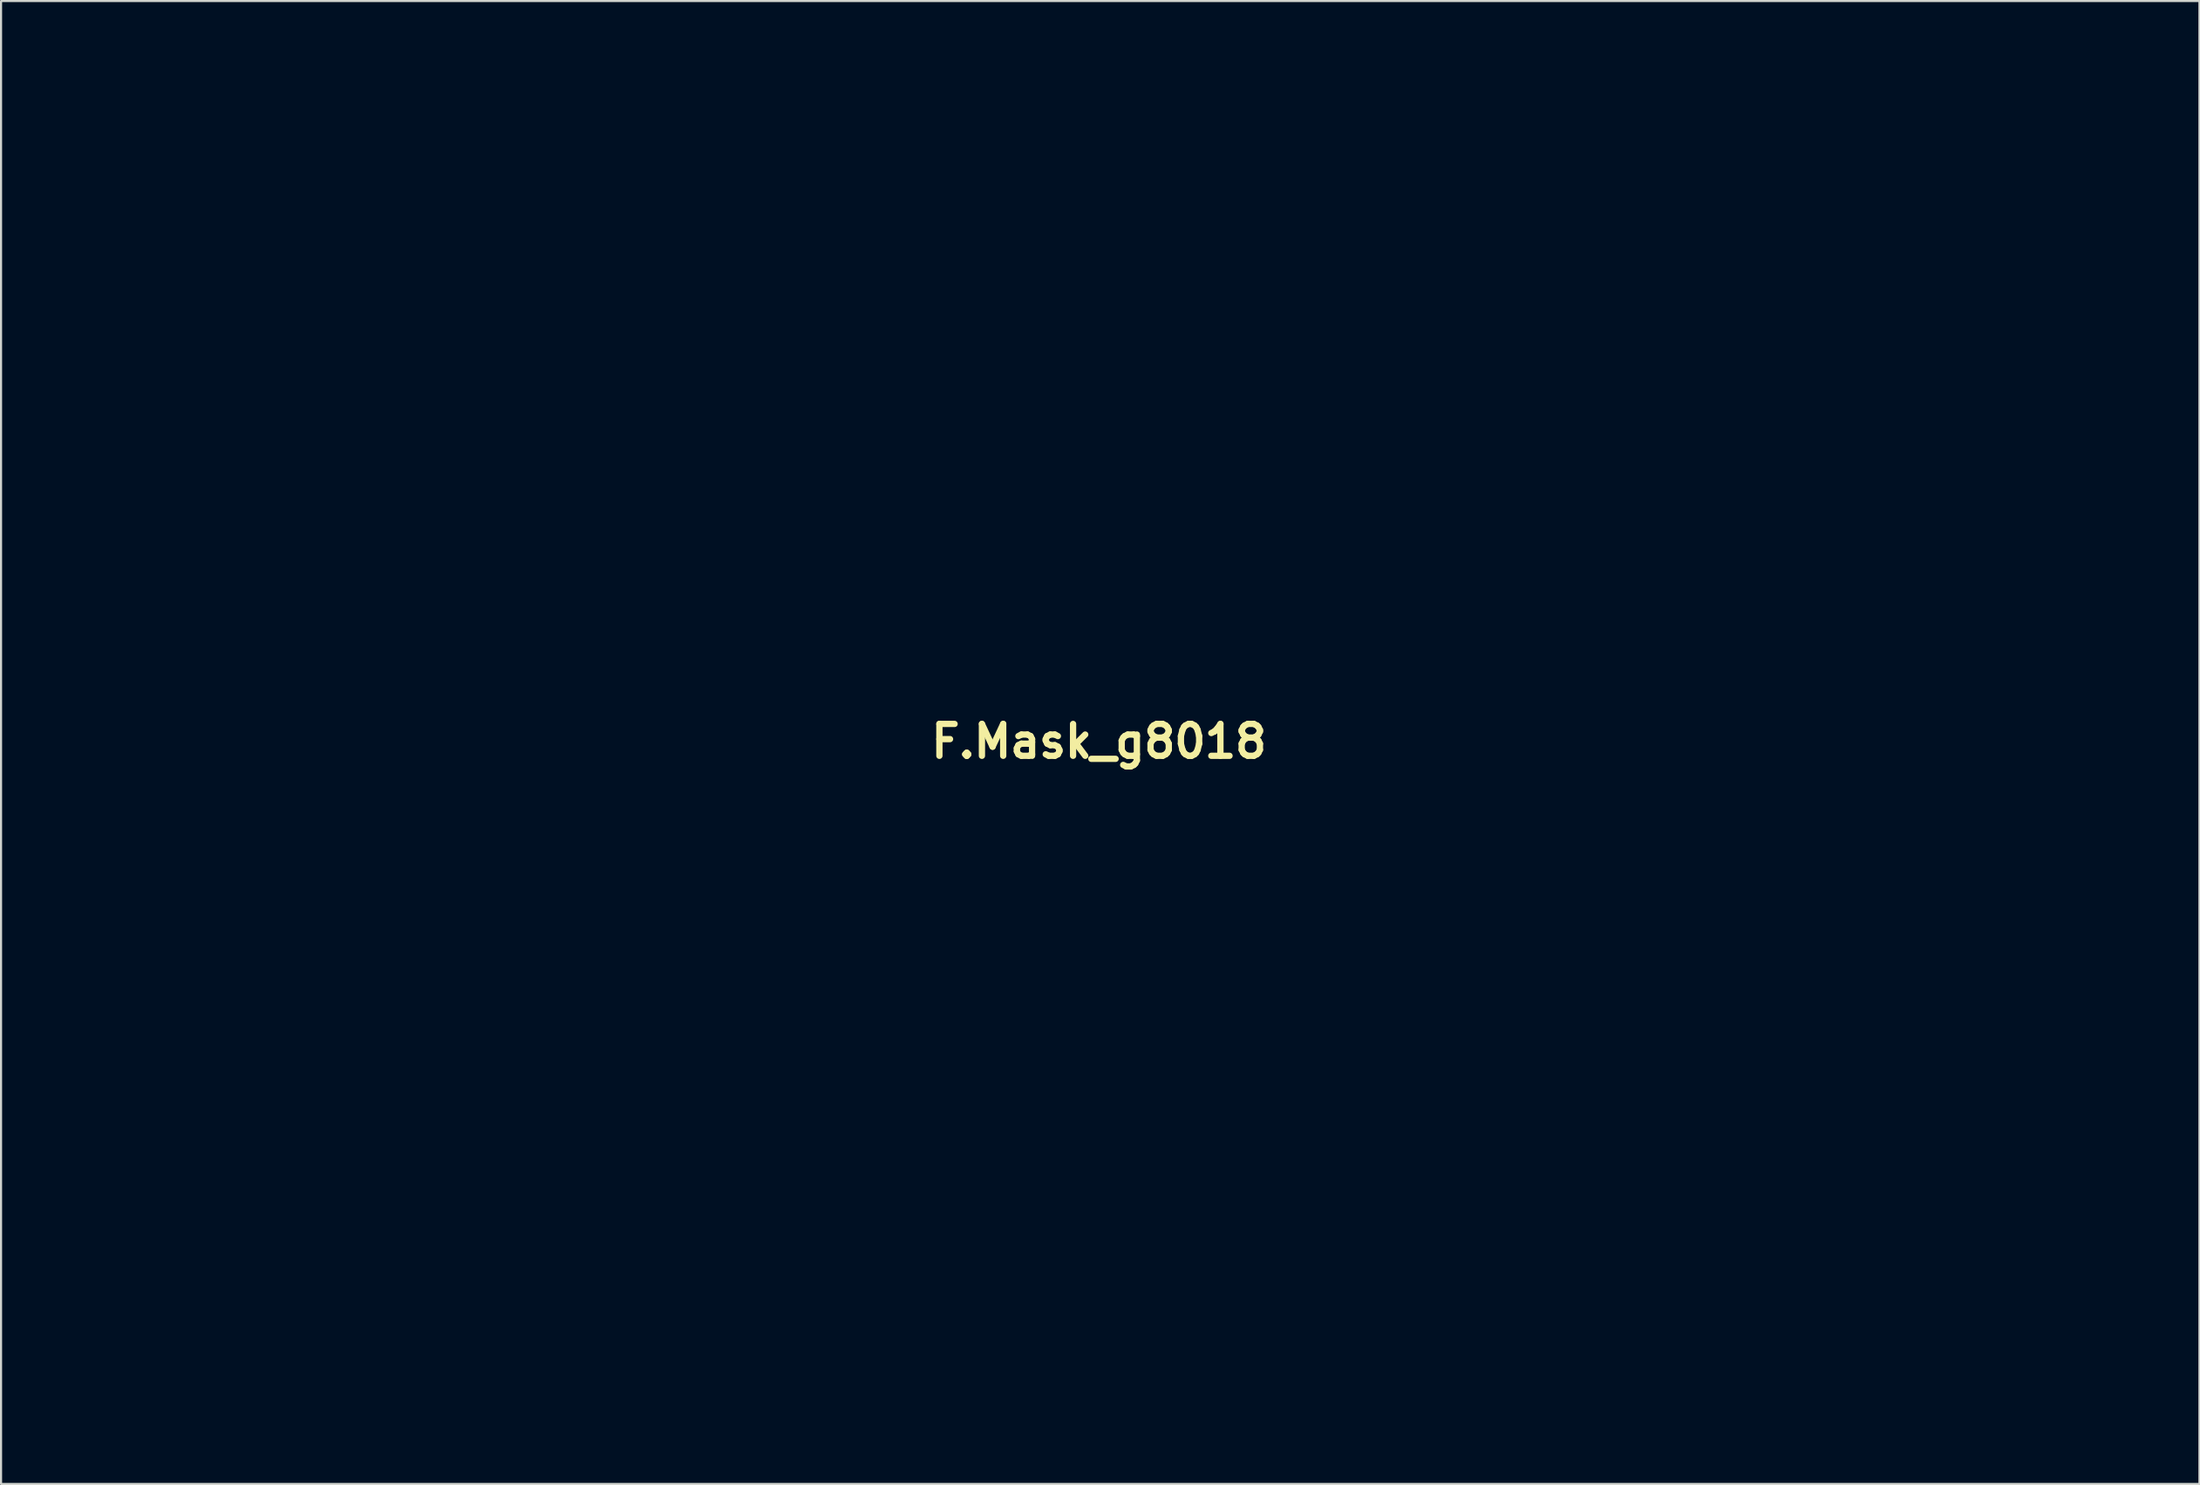
<source format=kicad_pcb>
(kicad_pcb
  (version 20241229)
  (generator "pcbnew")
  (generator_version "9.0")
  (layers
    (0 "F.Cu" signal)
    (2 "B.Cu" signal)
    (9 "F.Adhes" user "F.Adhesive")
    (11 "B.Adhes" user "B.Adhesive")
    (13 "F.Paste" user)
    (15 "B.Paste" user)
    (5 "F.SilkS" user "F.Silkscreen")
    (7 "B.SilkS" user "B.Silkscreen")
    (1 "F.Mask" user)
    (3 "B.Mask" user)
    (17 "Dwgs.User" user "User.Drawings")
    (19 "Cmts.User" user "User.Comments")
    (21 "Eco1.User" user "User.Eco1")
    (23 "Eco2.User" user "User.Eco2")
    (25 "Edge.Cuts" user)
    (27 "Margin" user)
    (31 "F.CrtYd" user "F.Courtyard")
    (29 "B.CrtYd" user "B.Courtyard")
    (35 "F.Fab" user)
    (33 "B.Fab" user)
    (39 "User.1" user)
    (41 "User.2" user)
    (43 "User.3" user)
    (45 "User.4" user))
  (footprint "F.Mask_g8018"
    (layer "F.Cu")
    (at 49.45 32.39)
    (property "Reference" "F.Mask_g8018" (at 0 0 0) (layer "F.SilkS") (effects (font (size 1.524 1.524) (thickness 0.3))))
    (attr through_hole)
    (fp_poly (pts (xy -29.041 5.461) (xy -30.099 5.461) (xy -30.099 3.26) (xy -29.041 3.26) (xy -29.041 5.461)) (stroke (width 0.01) (type solid)) (fill yes) (layer "F.Mask"))
    (fp_poly (pts (xy -26.755 -3.471) (xy -27.855 -3.471) (xy -27.855 -5.673) (xy -26.755 -5.673) (xy -26.755 -3.471)) (stroke (width 0.01) (type solid)) (fill yes) (layer "F.Mask"))
    (fp_poly (pts (xy -25.654 -5.715) (xy -26.755 -5.715) (xy -26.755 -6.773) (xy -25.654 -6.773) (xy -25.654 -5.715)) (stroke (width 0.01) (type solid)) (fill yes) (layer "F.Mask"))
    (fp_poly (pts (xy -23.453 -6.816) (xy -25.654 -6.816) (xy -25.654 -7.916) (xy -23.453 -7.916) (xy -23.453 -6.816)) (stroke (width 0.01) (type solid)) (fill yes) (layer "F.Mask"))
    (fp_poly (pts (xy -22.31 9.906) (xy -24.511 9.906) (xy -24.511 8.848) (xy -22.31 8.848) (xy -22.31 9.906)) (stroke (width 0.01) (type solid)) (fill yes) (layer "F.Mask"))
    (fp_poly (pts (xy -16.722 9.906) (xy -18.923 9.906) (xy -18.923 8.848) (xy -16.722 8.848) (xy -16.722 9.906)) (stroke (width 0.01) (type solid)) (fill yes) (layer "F.Mask"))
    (fp_poly (pts (xy -15.621 -6.816) (xy -17.822 -6.816) (xy -17.822 -7.916) (xy -15.621 -7.916) (xy -15.621 -6.816)) (stroke (width 0.01) (type solid)) (fill yes) (layer "F.Mask"))
    (fp_poly (pts (xy -14.478 -5.715) (xy -15.621 -5.715) (xy -15.621 -6.773) (xy -14.478 -6.773) (xy -14.478 -5.715)) (stroke (width 0.01) (type solid)) (fill yes) (layer "F.Mask"))
    (fp_poly (pts (xy -13.377 -3.471) (xy -14.478 -3.471) (xy -14.478 -5.673) (xy -13.377 -5.673) (xy -13.377 -3.471)) (stroke (width 0.01) (type solid)) (fill yes) (layer "F.Mask"))
    (fp_poly (pts (xy -12.277 1.016) (xy -13.335 1.016) (xy -13.335 -3.471) (xy -12.277 -3.471) (xy -12.277 1.016)) (stroke (width 0.01) (type solid)) (fill yes) (layer "F.Mask"))
    (fp_poly (pts (xy -12.277 3.26) (xy -13.335 3.26) (xy -13.335 2.117) (xy -12.277 2.117) (xy -12.277 3.26)) (stroke (width 0.01) (type solid)) (fill yes) (layer "F.Mask"))
    (fp_poly (pts (xy -11.134 5.461) (xy -12.234 5.461) (xy -12.234 3.26) (xy -11.134 3.26) (xy -11.134 5.461)) (stroke (width 0.01) (type solid)) (fill yes) (layer "F.Mask"))
    (fp_poly (pts (xy 12.234 5.461) (xy 11.134 5.461) (xy 11.134 3.26) (xy 12.234 3.26) (xy 12.234 5.461)) (stroke (width 0.01) (type solid)) (fill yes) (layer "F.Mask"))
    (fp_poly (pts (xy 15.621 -5.715) (xy 14.478 -5.715) (xy 14.478 -6.773) (xy 15.621 -6.773) (xy 15.621 -5.715)) (stroke (width 0.01) (type solid)) (fill yes) (layer "F.Mask"))
    (fp_poly (pts (xy 17.822 -6.816) (xy 15.621 -6.816) (xy 15.621 -7.916) (xy 17.822 -7.916) (xy 17.822 -6.816)) (stroke (width 0.01) (type solid)) (fill yes) (layer "F.Mask"))
    (fp_poly (pts (xy 18.965 9.906) (xy 16.722 9.906) (xy 16.722 8.848) (xy 18.965 8.848) (xy 18.965 9.906)) (stroke (width 0.01) (type solid)) (fill yes) (layer "F.Mask"))
    (fp_poly (pts (xy 23.41 -7.916) (xy 17.865 -7.916) (xy 17.865 -9.059) (xy 23.41 -9.059) (xy 23.41 -7.916)) (stroke (width 0.01) (type solid)) (fill yes) (layer "F.Mask"))
    (fp_poly (pts (xy 24.511 9.906) (xy 22.31 9.906) (xy 22.31 8.848) (xy 24.511 8.848) (xy 24.511 9.906)) (stroke (width 0.01) (type solid)) (fill yes) (layer "F.Mask"))
    (fp_poly (pts (xy 25.654 -6.816) (xy 23.453 -6.816) (xy 23.453 -7.916) (xy 25.654 -7.916) (xy 25.654 -6.816)) (stroke (width 0.01) (type solid)) (fill yes) (layer "F.Mask"))
    (fp_poly (pts (xy 26.797 -5.715) (xy 25.654 -5.715) (xy 25.654 -6.773) (xy 26.797 -6.773) (xy 26.797 -5.715)) (stroke (width 0.01) (type solid)) (fill yes) (layer "F.Mask"))
    (fp_poly (pts (xy 27.855 -3.471) (xy 26.797 -3.471) (xy 26.797 -5.673) (xy 27.855 -5.673) (xy 27.855 -3.471)) (stroke (width 0.01) (type solid)) (fill yes) (layer "F.Mask"))
    (fp_poly (pts (xy 28.998 1.016) (xy 27.898 1.016) (xy 27.898 -3.471) (xy 28.998 -3.471) (xy 28.998 1.016)) (stroke (width 0.01) (type solid)) (fill yes) (layer "F.Mask"))
    (fp_poly (pts (xy 28.998 3.26) (xy 27.898 3.26) (xy 27.898 2.117) (xy 28.998 2.117) (xy 28.998 3.26)) (stroke (width 0.01) (type solid)) (fill yes) (layer "F.Mask"))
    (fp_poly (pts (xy 30.099 5.461) (xy 29.041 5.461) (xy 29.041 3.26) (xy 30.099 3.26) (xy 30.099 5.461)) (stroke (width 0.01) (type solid)) (fill yes) (layer "F.Mask"))
    (fp_poly (pts (xy -17.865 -7.916) (xy -23.413 -7.916) (xy -23.401 -8.477) (xy -23.389 -9.038) (xy -17.865 -9.06) (xy -17.865 -7.916)) (stroke (width 0.01) (type solid)) (fill yes) (layer "F.Mask"))
    (fp_poly (pts (xy 12.816 -3.462) (xy 13.356 -3.45) (xy 13.356 0.995) (xy 12.277 1.019) (xy 12.277 -3.474) (xy 12.816 -3.462)) (stroke (width 0.01) (type solid)) (fill yes) (layer "F.Mask"))
    (fp_poly (pts (xy 14.478 -3.471) (xy 13.376 -3.471) (xy 13.387 -4.561) (xy 13.399 -5.652) (xy 14.478 -5.675) (xy 14.478 -3.471)) (stroke (width 0.01) (type solid)) (fill yes) (layer "F.Mask"))
    (fp_poly (pts (xy -27.898 3.26) (xy -29.001 3.26) (xy -28.989 2.699) (xy -28.977 2.138) (xy -28.437 2.126) (xy -27.898 2.114) (xy -27.898 3.26)) (stroke (width 0.01) (type solid)) (fill yes) (layer "F.Mask"))
    (fp_poly (pts (xy 12.816 2.126) (xy 13.356 2.138) (xy 13.368 2.699) (xy 13.38 3.26) (xy 12.277 3.26) (xy 12.277 2.114) (xy 12.816 2.126)) (stroke (width 0.01) (type solid)) (fill yes) (layer "F.Mask"))
    (fp_poly (pts (xy -13.399 4.381) (xy -13.375 5.503) (xy -12.277 5.503) (xy -12.277 7.705) (xy -13.335 7.705) (xy -13.335 6.604) (xy -14.478 6.604) (xy -14.478 4.358) (xy -13.399 4.381)) (stroke (width 0.01) (type solid)) (fill yes) (layer "F.Mask"))
    (fp_poly (pts (xy 14.478 6.604) (xy 13.377 6.604) (xy 13.377 7.705) (xy 12.277 7.705) (xy 12.277 5.503) (xy 13.375 5.503) (xy 13.399 4.381) (xy 14.478 4.358) (xy 14.478 6.604)) (stroke (width 0.01) (type solid)) (fill yes) (layer "F.Mask"))
    (fp_poly (pts (xy 27.855 5.503) (xy 28.998 5.503) (xy 28.998 7.705) (xy 27.898 7.705) (xy 27.898 6.604) (xy 26.797 6.604) (xy 26.797 4.36) (xy 27.855 4.36) (xy 27.855 5.503)) (stroke (width 0.01) (type solid)) (fill yes) (layer "F.Mask"))
    (fp_poly (pts (xy -26.776 4.381) (xy -26.776 6.583) (xy -27.337 6.595) (xy -27.898 6.606) (xy -27.898 7.705) (xy -28.998 7.705) (xy -28.998 5.503) (xy -27.855 5.503) (xy -27.855 4.358) (xy -26.776 4.381)) (stroke (width 0.01) (type solid)) (fill yes) (layer "F.Mask"))
    (fp_poly (pts (xy -0.095 -30.089) (xy 1.249 -30.078) (xy 1.249 -29.739) (xy 0.296 -29.666) (xy 0.296 -28.724) (xy 0.295 -28.442) (xy 0.292 -28.181) (xy 0.287 -27.956) (xy 0.28 -27.781) (xy 0.273 -27.671) (xy 0.27 -27.649) (xy 0.243 -27.517) (xy -0.466 -27.517) (xy -0.466 -29.718) (xy -1.439 -29.718) (xy -1.439 -30.1) (xy -0.095 -30.089)) (stroke (width 0.01) (type solid)) (fill yes) (layer "F.Mask"))
    (fp_poly (pts (xy -27.898 1.016) (xy -28.428 1.016) (xy -28.671 1.013) (xy -28.837 1.004) (xy -28.937 0.989) (xy -28.978 0.965) (xy -28.979 0.963) (xy -28.983 0.912) (xy -28.986 0.784) (xy -28.988 0.587) (xy -28.99 0.331) (xy -28.991 0.022) (xy -28.991 -0.33) (xy -28.99 -0.719) (xy -28.989 -1.134) (xy -28.988 -1.27) (xy -28.977 -3.45) (xy -28.437 -3.462) (xy -27.898 -3.474) (xy -27.898 1.016)) (stroke (width 0.01) (type solid)) (fill yes) (layer "F.Mask"))
    (fp_poly (pts (xy -16.468 1.228) (xy -17.563 1.228) (xy -17.65 1.105) (xy -17.737 0.983) (xy -17.409 0.697) (xy -17.261 0.563) (xy -17.13 0.434) (xy -17.034 0.33) (xy -17.002 0.288) (xy -16.922 0.165) (xy -17.279 -0.182) (xy -17.638 -0.501) (xy -18.018 -0.777) (xy -18.438 -1.021) (xy -18.919 -1.247) (xy -19.061 -1.306) (xy -19.144 -1.359) (xy -19.177 -1.417) (xy -19.169 -1.435) (xy -19.137 -1.45) (xy -19.076 -1.461) (xy -18.975 -1.469) (xy -18.826 -1.475) (xy -18.622 -1.479) (xy -18.354 -1.481) (xy -18.013 -1.482) (xy -17.822 -1.482) (xy -16.468 -1.482) (xy -16.468 1.228)) (stroke (width 0.01) (type solid)) (fill yes) (layer "F.Mask"))
    (fp_poly (pts (xy -16.722 4.791) (xy -16.722 6.604) (xy -15.621 6.604) (xy -15.621 7.705) (xy -13.377 7.705) (xy -13.377 8.805) (xy -16.679 8.805) (xy -16.679 7.705) (xy -17.822 7.705) (xy -17.822 7.124) (xy -17.506 6.859) (xy -17.354 6.727) (xy -17.216 6.596) (xy -17.112 6.489) (xy -17.082 6.453) (xy -17.015 6.355) (xy -16.998 6.283) (xy -17.022 6.201) (xy -17.028 6.188) (xy -17.082 6.107) (xy -17.185 5.992) (xy -17.32 5.86) (xy -17.409 5.78) (xy -17.736 5.495) (xy -17.615 5.319) (xy -17.53 5.185) (xy -17.433 5.015) (xy -17.363 4.881) (xy -17.231 4.619) (xy -16.722 4.791)) (stroke (width 0.01) (type solid)) (fill yes) (layer "F.Mask"))
    (fp_poly (pts (xy -24.007 4.667) (xy -23.966 4.759) (xy -23.943 4.811) (xy -23.878 4.94) (xy -23.786 5.101) (xy -23.701 5.234) (xy -23.535 5.482) (xy -23.892 5.821) (xy -24.036 5.964) (xy -24.157 6.095) (xy -24.239 6.198) (xy -24.27 6.255) (xy -24.268 6.305) (xy -24.236 6.369) (xy -24.164 6.457) (xy -24.045 6.579) (xy -23.872 6.746) (xy -23.453 7.141) (xy -23.453 7.705) (xy -24.511 7.705) (xy -24.511 8.805) (xy -27.855 8.805) (xy -27.855 7.705) (xy -25.654 7.705) (xy -25.654 6.606) (xy -24.532 6.583) (xy -24.511 5.677) (xy -24.49 4.77) (xy -24.26 4.693) (xy -24.136 4.652) (xy -24.05 4.628) (xy -24.025 4.625) (xy -24.007 4.667)) (stroke (width 0.01) (type solid)) (fill yes) (layer "F.Mask"))
    (fp_poly (pts (xy -15.14 -30.089) (xy -15.088 -30.073) (xy -15.071 -30.042) (xy -15.071 -30.031) (xy -15.084 -29.968) (xy -15.121 -29.839) (xy -15.177 -29.654) (xy -15.249 -29.428) (xy -15.332 -29.173) (xy -15.422 -28.901) (xy -15.514 -28.625) (xy -15.605 -28.357) (xy -15.69 -28.111) (xy -15.766 -27.898) (xy -15.827 -27.732) (xy -15.869 -27.624) (xy -15.886 -27.591) (xy -15.959 -27.549) (xy -16.09 -27.516) (xy -16.251 -27.496) (xy -16.416 -27.493) (xy -16.521 -27.503) (xy -16.604 -27.526) (xy -16.635 -27.551) (xy -16.621 -27.597) (xy -16.583 -27.713) (xy -16.523 -27.888) (xy -16.445 -28.115) (xy -16.353 -28.381) (xy -16.25 -28.679) (xy -16.197 -28.829) (xy -15.762 -30.078) (xy -15.416 -30.09) (xy -15.244 -30.094) (xy -15.14 -30.089)) (stroke (width 0.01) (type solid)) (fill yes) (layer "F.Mask"))
    (fp_poly (pts (xy -5.705 -30.136) (xy -5.535 -30.114) (xy -5.43 -30.088) (xy -5.385 -30.044) (xy -5.376 -29.973) (xy -5.381 -29.903) (xy -5.395 -29.763) (xy -5.417 -29.567) (xy -5.444 -29.33) (xy -5.474 -29.065) (xy -5.507 -28.787) (xy -5.541 -28.51) (xy -5.573 -28.248) (xy -5.603 -28.014) (xy -5.628 -27.824) (xy -5.647 -27.69) (xy -5.653 -27.654) (xy -5.677 -27.517) (xy -6.444 -27.517) (xy -6.419 -27.654) (xy -6.407 -27.733) (xy -6.385 -27.882) (xy -6.356 -28.09) (xy -6.321 -28.343) (xy -6.281 -28.629) (xy -6.244 -28.903) (xy -6.203 -29.203) (xy -6.164 -29.477) (xy -6.129 -29.713) (xy -6.101 -29.9) (xy -6.08 -30.026) (xy -6.069 -30.078) (xy -6.01 -30.121) (xy -5.884 -30.14) (xy -5.705 -30.136)) (stroke (width 0.01) (type solid)) (fill yes) (layer "F.Mask"))
    (fp_poly (pts (xy 24.104 4.634) (xy 24.199 4.666) (xy 24.281 4.696) (xy 24.49 4.775) (xy 24.511 5.679) (xy 24.532 6.583) (xy 25.093 6.595) (xy 25.654 6.606) (xy 25.654 7.705) (xy 27.855 7.705) (xy 27.855 8.805) (xy 24.553 8.805) (xy 24.553 7.705) (xy 23.453 7.705) (xy 23.453 7.129) (xy 23.654 6.975) (xy 23.79 6.862) (xy 23.948 6.72) (xy 24.081 6.59) (xy 24.204 6.455) (xy 24.273 6.342) (xy 24.284 6.238) (xy 24.236 6.129) (xy 24.125 6) (xy 23.949 5.837) (xy 23.926 5.817) (xy 23.788 5.695) (xy 23.677 5.592) (xy 23.605 5.521) (xy 23.587 5.499) (xy 23.602 5.447) (xy 23.653 5.352) (xy 23.698 5.283) (xy 23.79 5.137) (xy 23.888 4.965) (xy 23.939 4.868) (xy 24.001 4.745) (xy 24.047 4.657) (xy 24.064 4.626) (xy 24.104 4.634)) (stroke (width 0.01) (type solid)) (fill yes) (layer "F.Mask"))
    (fp_poly (pts (xy 17.363 4.839) (xy 17.446 4.998) (xy 17.551 5.175) (xy 17.617 5.274) (xy 17.772 5.495) (xy 17.419 5.798) (xy 17.228 5.969) (xy 17.103 6.103) (xy 17.039 6.214) (xy 17.034 6.315) (xy 17.084 6.419) (xy 17.186 6.539) (xy 17.215 6.569) (xy 17.359 6.708) (xy 17.517 6.848) (xy 17.621 6.933) (xy 17.822 7.087) (xy 17.822 7.705) (xy 16.722 7.705) (xy 16.722 8.805) (xy 15.069 8.805) (xy 14.637 8.805) (xy 14.282 8.803) (xy 13.998 8.8) (xy 13.778 8.795) (xy 13.615 8.789) (xy 13.502 8.78) (xy 13.433 8.769) (xy 13.4 8.756) (xy 13.396 8.75) (xy 13.388 8.687) (xy 13.384 8.559) (xy 13.384 8.386) (xy 13.386 8.21) (xy 13.399 7.726) (xy 14.51 7.715) (xy 15.621 7.703) (xy 15.621 6.604) (xy 16.722 6.604) (xy 16.722 4.801) (xy 16.992 4.713) (xy 17.263 4.625) (xy 17.363 4.839)) (stroke (width 0.01) (type solid)) (fill yes) (layer "F.Mask"))
    (fp_poly (pts (xy 18.196 -1.481) (xy 18.495 -1.481) (xy 18.725 -1.478) (xy 18.897 -1.475) (xy 19.019 -1.469) (xy 19.099 -1.46) (xy 19.146 -1.447) (xy 19.169 -1.431) (xy 19.177 -1.411) (xy 19.177 -1.4) (xy 19.143 -1.329) (xy 19.034 -1.273) (xy 19.018 -1.267) (xy 18.71 -1.144) (xy 18.371 -0.967) (xy 18.023 -0.752) (xy 17.688 -0.512) (xy 17.387 -0.262) (xy 17.236 -0.116) (xy 17.114 0.019) (xy 17.045 0.131) (xy 17.033 0.234) (xy 17.079 0.342) (xy 17.187 0.469) (xy 17.361 0.628) (xy 17.4 0.663) (xy 17.539 0.786) (xy 17.65 0.892) (xy 17.719 0.967) (xy 17.736 0.995) (xy 17.711 1.053) (xy 17.648 1.136) (xy 17.642 1.143) (xy 17.6 1.186) (xy 17.555 1.216) (xy 17.49 1.233) (xy 17.391 1.241) (xy 17.24 1.241) (xy 17.021 1.237) (xy 17.007 1.237) (xy 16.468 1.225) (xy 16.468 -1.482) (xy 17.822 -1.482) (xy 18.196 -1.481)) (stroke (width 0.01) (type solid)) (fill yes) (layer "F.Mask"))
    (fp_poly (pts (xy -23.079 -1.482) (xy -22.781 -1.481) (xy -22.55 -1.479) (xy -22.378 -1.475) (xy -22.257 -1.469) (xy -22.177 -1.46) (xy -22.129 -1.448) (xy -22.106 -1.432) (xy -22.099 -1.411) (xy -22.098 -1.397) (xy -22.12 -1.328) (xy -22.151 -1.312) (xy -22.236 -1.291) (xy -22.377 -1.236) (xy -22.556 -1.154) (xy -22.756 -1.055) (xy -22.961 -0.947) (xy -23.152 -0.838) (xy -23.3 -0.745) (xy -23.496 -0.603) (xy -23.713 -0.43) (xy -23.913 -0.255) (xy -23.974 -0.197) (xy -24.122 -0.048) (xy -24.215 0.057) (xy -24.263 0.133) (xy -24.275 0.193) (xy -24.272 0.217) (xy -24.234 0.285) (xy -24.145 0.394) (xy -24.021 0.529) (xy -23.891 0.657) (xy -23.532 0.997) (xy -23.622 1.113) (xy -23.662 1.16) (xy -23.703 1.192) (xy -23.763 1.212) (xy -23.857 1.222) (xy -24 1.227) (xy -24.209 1.228) (xy -24.26 1.228) (xy -24.807 1.228) (xy -24.807 -1.482) (xy -23.453 -1.482) (xy -23.079 -1.482)) (stroke (width 0.01) (type solid)) (fill yes) (layer "F.Mask"))
    (fp_poly (pts (xy 24.807 1.228) (xy 24.268 1.226) (xy 24.045 1.225) (xy 23.891 1.221) (xy 23.791 1.211) (xy 23.728 1.193) (xy 23.687 1.163) (xy 23.651 1.12) (xy 23.651 1.119) (xy 23.6 1.034) (xy 23.587 0.979) (xy 23.587 0.978) (xy 23.623 0.937) (xy 23.709 0.855) (xy 23.83 0.745) (xy 23.92 0.665) (xy 24.064 0.534) (xy 24.188 0.411) (xy 24.274 0.313) (xy 24.299 0.276) (xy 24.322 0.225) (xy 24.324 0.178) (xy 24.296 0.121) (xy 24.229 0.04) (xy 24.115 -0.08) (xy 24.043 -0.153) (xy 23.727 -0.438) (xy 23.36 -0.713) (xy 22.971 -0.959) (xy 22.588 -1.154) (xy 22.508 -1.188) (xy 22.329 -1.268) (xy 22.194 -1.34) (xy 22.117 -1.397) (xy 22.105 -1.415) (xy 22.109 -1.434) (xy 22.133 -1.448) (xy 22.186 -1.46) (xy 22.277 -1.468) (xy 22.413 -1.474) (xy 22.603 -1.478) (xy 22.855 -1.481) (xy 23.178 -1.482) (xy 23.45 -1.482) (xy 24.807 -1.482) (xy 24.807 1.228)) (stroke (width 0.01) (type solid)) (fill yes) (layer "F.Mask"))
    (fp_poly (pts (xy 21.185 7.001) (xy 21.197 7.106) (xy 21.206 7.261) (xy 21.209 7.414) (xy 21.215 7.566) (xy 21.23 7.669) (xy 21.252 7.705) (xy 21.305 7.734) (xy 21.385 7.805) (xy 21.411 7.832) (xy 21.526 7.96) (xy 21.897 7.86) (xy 22.267 7.76) (xy 22.267 8.805) (xy 21.209 8.805) (xy 21.209 7.705) (xy 20.066 7.705) (xy 20.066 8.805) (xy 19.544 8.805) (xy 19.342 8.803) (xy 19.171 8.797) (xy 19.049 8.788) (xy 18.994 8.778) (xy 18.994 8.777) (xy 18.983 8.726) (xy 18.974 8.608) (xy 18.968 8.441) (xy 18.965 8.243) (xy 18.966 8.029) (xy 18.971 7.887) (xy 18.98 7.802) (xy 18.997 7.763) (xy 19.024 7.755) (xy 19.039 7.758) (xy 19.114 7.779) (xy 19.245 7.814) (xy 19.408 7.858) (xy 19.452 7.87) (xy 19.791 7.96) (xy 19.928 7.814) (xy 20.023 7.692) (xy 20.062 7.573) (xy 20.066 7.503) (xy 20.075 7.362) (xy 20.097 7.191) (xy 20.112 7.108) (xy 20.158 6.879) (xy 21.16 6.879) (xy 21.185 7.001)) (stroke (width 0.01) (type solid)) (fill yes) (layer "F.Mask"))
    (fp_poly (pts (xy -11.753 -29.983) (xy -11.781 -29.873) (xy -11.816 -29.799) (xy -11.872 -29.753) (xy -11.965 -29.728) (xy -12.111 -29.716) (xy -12.326 -29.709) (xy -12.33 -29.709) (xy -12.805 -29.697) (xy -13.049 -28.829) (xy -13.126 -28.555) (xy -13.2 -28.295) (xy -13.265 -28.064) (xy -13.317 -27.878) (xy -13.353 -27.755) (xy -13.357 -27.739) (xy -13.422 -27.517) (xy -13.805 -27.517) (xy -13.986 -27.518) (xy -14.097 -27.525) (xy -14.154 -27.54) (xy -14.17 -27.565) (xy -14.166 -27.591) (xy -14.148 -27.651) (xy -14.11 -27.78) (xy -14.055 -27.966) (xy -13.988 -28.196) (xy -13.911 -28.457) (xy -13.863 -28.617) (xy -13.783 -28.891) (xy -13.709 -29.14) (xy -13.647 -29.353) (xy -13.599 -29.516) (xy -13.569 -29.618) (xy -13.562 -29.644) (xy -13.56 -29.676) (xy -13.584 -29.697) (xy -13.648 -29.71) (xy -13.764 -29.716) (xy -13.948 -29.718) (xy -14.031 -29.718) (xy -14.246 -29.718) (xy -14.39 -29.724) (xy -14.474 -29.743) (xy -14.512 -29.78) (xy -14.516 -29.844) (xy -14.499 -29.94) (xy -14.494 -29.967) (xy -14.467 -30.099) (xy -11.725 -30.099) (xy -11.753 -29.983)) (stroke (width 0.01) (type solid)) (fill yes) (layer "F.Mask"))
    (fp_poly (pts (xy -20.638 6.89) (xy -20.411 6.891) (xy -20.255 6.901) (xy -20.157 6.931) (xy -20.102 6.993) (xy -20.079 7.099) (xy -20.072 7.262) (xy -20.07 7.398) (xy -20.063 7.554) (xy -20.046 7.662) (xy -20.024 7.705) (xy -20.023 7.705) (xy -19.969 7.733) (xy -19.888 7.804) (xy -19.864 7.829) (xy -19.748 7.954) (xy -19.452 7.873) (xy -19.291 7.829) (xy -19.15 7.79) (xy -19.061 7.765) (xy -19.061 7.765) (xy -19.021 7.756) (xy -18.995 7.764) (xy -18.978 7.803) (xy -18.969 7.885) (xy -18.966 8.024) (xy -18.965 8.233) (xy -18.965 8.271) (xy -18.965 8.805) (xy -20.066 8.805) (xy -20.066 7.705) (xy -21.164 7.705) (xy -21.188 8.784) (xy -22.267 8.808) (xy -22.267 8.273) (xy -22.266 8.052) (xy -22.263 7.903) (xy -22.254 7.814) (xy -22.239 7.77) (xy -22.215 7.761) (xy -22.193 7.767) (xy -22.118 7.791) (xy -21.987 7.83) (xy -21.827 7.875) (xy -21.803 7.882) (xy -21.487 7.969) (xy -21.377 7.837) (xy -21.296 7.753) (xy -21.23 7.708) (xy -21.218 7.705) (xy -21.191 7.663) (xy -21.171 7.537) (xy -21.159 7.329) (xy -21.158 7.296) (xy -21.145 6.887) (xy -20.638 6.89)) (stroke (width 0.01) (type solid)) (fill yes) (layer "F.Mask"))
    (fp_poly (pts (xy 6.862 -30.099) (xy 7.159 -30.098) (xy 7.389 -30.095) (xy 7.56 -30.091) (xy 7.682 -30.084) (xy 7.763 -30.074) (xy 7.812 -30.062) (xy 7.837 -30.045) (xy 7.848 -30.025) (xy 7.872 -29.926) (xy 7.902 -29.775) (xy 7.936 -29.587) (xy 7.971 -29.381) (xy 8.004 -29.173) (xy 8.032 -28.98) (xy 8.054 -28.82) (xy 8.065 -28.709) (xy 8.064 -28.666) (xy 8.015 -28.657) (xy 7.894 -28.649) (xy 7.713 -28.64) (xy 7.485 -28.633) (xy 7.22 -28.627) (xy 7.06 -28.624) (xy 6.084 -28.609) (xy 6.112 -28.158) (xy 6.126 -27.962) (xy 6.141 -27.788) (xy 6.156 -27.661) (xy 6.165 -27.612) (xy 6.174 -27.567) (xy 6.16 -27.539) (xy 6.109 -27.524) (xy 6.005 -27.518) (xy 5.834 -27.517) (xy 5.808 -27.517) (xy 5.426 -27.517) (xy 5.401 -27.675) (xy 5.382 -27.808) (xy 5.358 -28.007) (xy 5.329 -28.254) (xy 5.298 -28.531) (xy 5.267 -28.821) (xy 5.238 -29.105) (xy 5.212 -29.364) (xy 5.192 -29.582) (xy 5.182 -29.707) (xy 5.181 -29.718) (xy 5.915 -29.718) (xy 5.943 -29.443) (xy 5.958 -29.292) (xy 5.975 -29.184) (xy 6.007 -29.112) (xy 6.067 -29.069) (xy 6.167 -29.048) (xy 6.322 -29.041) (xy 6.542 -29.04) (xy 6.654 -29.041) (xy 7.288 -29.041) (xy 7.265 -29.157) (xy 7.245 -29.273) (xy 7.222 -29.421) (xy 7.215 -29.469) (xy 7.195 -29.589) (xy 7.161 -29.65) (xy 7.088 -29.678) (xy 6.996 -29.692) (xy 6.87 -29.703) (xy 6.688 -29.712) (xy 6.48 -29.717) (xy 6.359 -29.718) (xy 5.915 -29.718) (xy 5.181 -29.718) (xy 5.153 -30.099) (xy 6.489 -30.099) (xy 6.862 -30.099)) (stroke (width 0.01) (type solid)) (fill yes) (layer "F.Mask"))
    (fp_poly (pts (xy -22.098 -2.582) (xy -20.997 -2.582) (xy -20.997 -1.503) (xy -20.998 -1.173) (xy -20.999 -0.917) (xy -21.002 -0.728) (xy -21.008 -0.594) (xy -21.017 -0.506) (xy -21.029 -0.455) (xy -21.047 -0.43) (xy -21.069 -0.423) (xy -21.074 -0.423) (xy -21.113 -0.436) (xy -21.145 -0.485) (xy -21.175 -0.584) (xy -21.21 -0.746) (xy -21.227 -0.836) (xy -21.266 -1.024) (xy -21.307 -1.188) (xy -21.345 -1.306) (xy -21.362 -1.343) (xy -21.397 -1.451) (xy -21.417 -1.63) (xy -21.421 -1.777) (xy -21.421 -2.117) (xy -22.521 -2.117) (xy -22.521 -3.217) (xy -25.442 -3.217) (xy -25.442 -2.117) (xy -26.543 -2.117) (xy -26.543 0.804) (xy -25.442 0.804) (xy -25.442 1.905) (xy -25.341 1.905) (xy -25.282 1.909) (xy -25.258 1.936) (xy -25.266 2.007) (xy -25.29 2.106) (xy -25.326 2.227) (xy -25.366 2.289) (xy -25.435 2.313) (xy -25.498 2.32) (xy -25.654 2.333) (xy -25.654 2.797) (xy -25.653 2.999) (xy -25.649 3.132) (xy -25.639 3.21) (xy -25.618 3.247) (xy -25.585 3.259) (xy -25.554 3.26) (xy -25.508 3.265) (xy -25.476 3.29) (xy -25.452 3.351) (xy -25.432 3.463) (xy -25.408 3.642) (xy -25.405 3.672) (xy -25.381 3.864) (xy -25.357 4.036) (xy -25.338 4.162) (xy -25.33 4.202) (xy -25.305 4.318) (xy -26.755 4.318) (xy -26.755 2.117) (xy -27.855 2.117) (xy -27.855 1.228) (xy -26.755 1.228) (xy -26.755 2.117) (xy -25.866 2.117) (xy -25.866 1.228) (xy -26.755 1.228) (xy -27.855 1.228) (xy -27.855 1.016) (xy -26.966 1.016) (xy -26.966 -2.582) (xy -25.866 -2.582) (xy -25.866 -3.641) (xy -22.098 -3.641) (xy -22.098 -2.582)) (stroke (width 0.01) (type solid)) (fill yes) (layer "F.Mask"))
    (fp_poly (pts (xy -3.774 -29.791) (xy -3.671 -29.644) (xy -3.579 -29.52) (xy -3.512 -29.439) (xy -3.497 -29.425) (xy -3.457 -29.4) (xy -3.416 -29.398) (xy -3.363 -29.429) (xy -3.287 -29.5) (xy -3.179 -29.62) (xy -3.028 -29.796) (xy -3.022 -29.803) (xy -2.773 -30.097) (xy -2.445 -30.098) (xy -2.29 -30.096) (xy -2.175 -30.089) (xy -2.119 -30.078) (xy -2.117 -30.075) (xy -2.143 -30.037) (xy -2.215 -29.945) (xy -2.325 -29.81) (xy -2.463 -29.643) (xy -2.603 -29.475) (xy -2.76 -29.288) (xy -2.896 -29.122) (xy -3.002 -28.989) (xy -3.07 -28.899) (xy -3.09 -28.865) (xy -3.068 -28.821) (xy -3.006 -28.718) (xy -2.911 -28.569) (xy -2.791 -28.385) (xy -2.667 -28.198) (xy -2.531 -27.994) (xy -2.414 -27.814) (xy -2.322 -27.671) (xy -2.263 -27.576) (xy -2.244 -27.541) (xy -2.283 -27.53) (xy -2.388 -27.522) (xy -2.539 -27.517) (xy -2.619 -27.517) (xy -2.995 -27.517) (xy -3.244 -27.897) (xy -3.35 -28.054) (xy -3.444 -28.184) (xy -3.513 -28.27) (xy -3.542 -28.296) (xy -3.588 -28.274) (xy -3.678 -28.2) (xy -3.799 -28.084) (xy -3.938 -27.939) (xy -3.959 -27.916) (xy -4.326 -27.517) (xy -4.663 -27.517) (xy -4.841 -27.521) (xy -4.942 -27.533) (xy -4.974 -27.556) (xy -4.971 -27.565) (xy -4.935 -27.611) (xy -4.853 -27.71) (xy -4.734 -27.852) (xy -4.588 -28.025) (xy -4.423 -28.219) (xy -4.42 -28.223) (xy -3.898 -28.832) (xy -4.299 -29.438) (xy -4.43 -29.638) (xy -4.543 -29.814) (xy -4.631 -29.953) (xy -4.685 -30.043) (xy -4.699 -30.072) (xy -4.66 -30.084) (xy -4.556 -30.093) (xy -4.406 -30.099) (xy -4.34 -30.099) (xy -3.982 -30.099) (xy -3.774 -29.791)) (stroke (width 0.01) (type solid)) (fill yes) (layer "F.Mask"))
    (fp_poly (pts (xy -8.891 -29.856) (xy -8.766 -29.517) (xy -8.659 -29.238) (xy -8.573 -29.025) (xy -8.51 -28.881) (xy -8.471 -28.812) (xy -8.466 -28.807) (xy -8.422 -28.825) (xy -8.336 -28.907) (xy -8.207 -29.055) (xy -8.032 -29.27) (xy -7.812 -29.553) (xy -7.709 -29.687) (xy -7.396 -30.099) (xy -6.681 -30.099) (xy -6.709 -29.877) (xy -6.728 -29.731) (xy -6.756 -29.528) (xy -6.79 -29.283) (xy -6.828 -29.011) (xy -6.869 -28.729) (xy -6.909 -28.453) (xy -6.946 -28.198) (xy -6.978 -27.981) (xy -7.003 -27.817) (xy -7.017 -27.728) (xy -7.051 -27.538) (xy -7.42 -27.526) (xy -7.58 -27.519) (xy -7.688 -27.52) (xy -7.752 -27.543) (xy -7.78 -27.6) (xy -7.78 -27.704) (xy -7.758 -27.869) (xy -7.731 -28.058) (xy -7.71 -28.23) (xy -7.7 -28.369) (xy -7.701 -28.454) (xy -7.708 -28.471) (xy -7.742 -28.446) (xy -7.814 -28.362) (xy -7.914 -28.233) (xy -8.032 -28.069) (xy -8.064 -28.023) (xy -8.23 -27.793) (xy -8.367 -27.63) (xy -8.484 -27.528) (xy -8.594 -27.48) (xy -8.706 -27.478) (xy -8.826 -27.514) (xy -8.88 -27.563) (xy -8.94 -27.673) (xy -9.011 -27.854) (xy -9.049 -27.967) (xy -9.128 -28.199) (xy -9.188 -28.358) (xy -9.233 -28.452) (xy -9.268 -28.49) (xy -9.292 -28.484) (xy -9.31 -28.434) (xy -9.341 -28.32) (xy -9.379 -28.158) (xy -9.414 -27.998) (xy -9.51 -27.538) (xy -9.902 -27.526) (xy -10.085 -27.521) (xy -10.199 -27.524) (xy -10.258 -27.535) (xy -10.276 -27.559) (xy -10.272 -27.589) (xy -10.257 -27.649) (xy -10.228 -27.78) (xy -10.185 -27.972) (xy -10.131 -28.213) (xy -10.07 -28.493) (xy -10.003 -28.8) (xy -9.985 -28.882) (xy -9.721 -30.099) (xy -8.981 -30.099) (xy -8.891 -29.856)) (stroke (width 0.01) (type solid)) (fill yes) (layer "F.Mask"))
    (fp_poly (pts (xy 4.549 -30.004) (xy 4.564 -29.908) (xy 4.584 -29.748) (xy 4.606 -29.539) (xy 4.631 -29.292) (xy 4.656 -29.022) (xy 4.681 -28.74) (xy 4.704 -28.461) (xy 4.724 -28.197) (xy 4.741 -27.962) (xy 4.753 -27.768) (xy 4.759 -27.628) (xy 4.758 -27.556) (xy 4.757 -27.55) (xy 4.708 -27.535) (xy 4.596 -27.523) (xy 4.441 -27.517) (xy 4.386 -27.517) (xy 4.036 -27.517) (xy 3.986 -28.03) (xy 3.965 -28.231) (xy 3.944 -28.402) (xy 3.926 -28.524) (xy 3.913 -28.58) (xy 3.913 -28.58) (xy 3.864 -28.593) (xy 3.747 -28.605) (xy 3.576 -28.613) (xy 3.368 -28.617) (xy 3.278 -28.617) (xy 2.667 -28.617) (xy 2.667 -27.517) (xy 1.953 -27.517) (xy 1.929 -27.697) (xy 1.92 -27.801) (xy 1.909 -27.966) (xy 1.898 -28.18) (xy 1.886 -28.428) (xy 1.875 -28.697) (xy 1.865 -28.975) (xy 1.856 -29.248) (xy 1.849 -29.501) (xy 1.845 -29.662) (xy 2.572 -29.662) (xy 2.6 -29.387) (xy 2.618 -29.239) (xy 2.638 -29.124) (xy 2.653 -29.071) (xy 2.7 -29.062) (xy 2.812 -29.057) (xy 2.972 -29.056) (xy 3.16 -29.058) (xy 3.359 -29.063) (xy 3.549 -29.071) (xy 3.713 -29.08) (xy 3.831 -29.091) (xy 3.885 -29.103) (xy 3.886 -29.103) (xy 3.888 -29.148) (xy 3.882 -29.253) (xy 3.87 -29.39) (xy 3.842 -29.666) (xy 3.654 -29.691) (xy 3.531 -29.7) (xy 3.352 -29.701) (xy 3.146 -29.696) (xy 3.02 -29.69) (xy 2.572 -29.662) (xy 1.845 -29.662) (xy 1.843 -29.723) (xy 1.841 -29.9) (xy 1.842 -30.018) (xy 1.846 -30.064) (xy 1.892 -30.073) (xy 2.013 -30.08) (xy 2.197 -30.087) (xy 2.435 -30.093) (xy 2.717 -30.097) (xy 3.031 -30.099) (xy 3.198 -30.099) (xy 4.528 -30.099) (xy 4.549 -30.004)) (stroke (width 0.01) (type solid)) (fill yes) (layer "F.Mask"))
    (fp_poly (pts (xy 9.985 -30.13) (xy 10.262 -30.124) (xy 10.523 -30.116) (xy 10.755 -30.105) (xy 10.945 -30.092) (xy 11.079 -30.078) (xy 11.144 -30.063) (xy 11.146 -30.061) (xy 11.174 -30) (xy 11.201 -29.894) (xy 11.204 -29.873) (xy 11.229 -29.718) (xy 10.274 -29.718) (xy 9.913 -29.716) (xy 9.634 -29.71) (xy 9.436 -29.7) (xy 9.321 -29.686) (xy 9.29 -29.673) (xy 9.283 -29.61) (xy 9.292 -29.492) (xy 9.313 -29.362) (xy 9.363 -29.096) (xy 9.874 -29.068) (xy 10.143 -29.056) (xy 10.446 -29.047) (xy 10.739 -29.042) (xy 10.884 -29.041) (xy 11.081 -29.038) (xy 11.245 -29.03) (xy 11.359 -29.018) (xy 11.405 -29.005) (xy 11.425 -28.943) (xy 11.448 -28.833) (xy 11.455 -28.793) (xy 11.483 -28.617) (xy 9.472 -28.617) (xy 9.5 -28.404) (xy 9.529 -28.216) (xy 9.564 -28.096) (xy 9.621 -28.026) (xy 9.713 -27.989) (xy 9.855 -27.969) (xy 9.866 -27.968) (xy 9.998 -27.958) (xy 10.193 -27.951) (xy 10.432 -27.944) (xy 10.695 -27.941) (xy 10.887 -27.94) (xy 11.161 -27.94) (xy 11.363 -27.939) (xy 11.505 -27.93) (xy 11.599 -27.911) (xy 11.658 -27.877) (xy 11.692 -27.823) (xy 11.716 -27.744) (xy 11.741 -27.637) (xy 11.742 -27.633) (xy 11.77 -27.517) (xy 10.354 -27.517) (xy 9.908 -27.518) (xy 9.546 -27.522) (xy 9.266 -27.528) (xy 9.067 -27.537) (xy 8.949 -27.549) (xy 8.909 -27.562) (xy 8.894 -27.615) (xy 8.867 -27.737) (xy 8.831 -27.917) (xy 8.787 -28.141) (xy 8.739 -28.394) (xy 8.689 -28.665) (xy 8.638 -28.939) (xy 8.591 -29.203) (xy 8.549 -29.445) (xy 8.515 -29.65) (xy 8.491 -29.806) (xy 8.482 -29.872) (xy 8.456 -30.09) (xy 9.001 -30.121) (xy 9.202 -30.129) (xy 9.442 -30.133) (xy 9.708 -30.134) (xy 9.985 -30.13)) (stroke (width 0.01) (type solid)) (fill yes) (layer "F.Mask"))
    (fp_poly (pts (xy 15.522 -30.117) (xy 15.711 -30.11) (xy 15.826 -30.088) (xy 15.876 -30.055) (xy 15.899 -30) (xy 15.944 -29.878) (xy 16.007 -29.7) (xy 16.085 -29.48) (xy 16.171 -29.228) (xy 16.264 -28.958) (xy 16.358 -28.682) (xy 16.449 -28.411) (xy 16.534 -28.158) (xy 16.607 -27.934) (xy 16.666 -27.753) (xy 16.705 -27.626) (xy 16.721 -27.566) (xy 16.722 -27.563) (xy 16.68 -27.538) (xy 16.557 -27.522) (xy 16.356 -27.517) (xy 16.351 -27.517) (xy 15.981 -27.518) (xy 15.155 -28.235) (xy 14.931 -28.429) (xy 14.728 -28.603) (xy 14.554 -28.749) (xy 14.419 -28.862) (xy 14.33 -28.932) (xy 14.298 -28.954) (xy 14.274 -28.939) (xy 14.27 -28.882) (xy 14.289 -28.773) (xy 14.332 -28.604) (xy 14.399 -28.37) (xy 14.459 -28.162) (xy 14.517 -27.961) (xy 14.564 -27.796) (xy 14.585 -27.718) (xy 14.64 -27.517) (xy 13.892 -27.517) (xy 13.848 -27.654) (xy 13.826 -27.727) (xy 13.786 -27.863) (xy 13.733 -28.052) (xy 13.668 -28.28) (xy 13.596 -28.536) (xy 13.519 -28.806) (xy 13.443 -29.08) (xy 13.369 -29.343) (xy 13.302 -29.585) (xy 13.244 -29.792) (xy 13.2 -29.952) (xy 13.173 -30.054) (xy 13.166 -30.084) (xy 13.205 -30.091) (xy 13.309 -30.096) (xy 13.46 -30.098) (xy 13.536 -30.098) (xy 13.906 -30.097) (xy 14.69 -29.443) (xy 14.909 -29.26) (xy 15.108 -29.097) (xy 15.276 -28.961) (xy 15.404 -28.86) (xy 15.483 -28.8) (xy 15.505 -28.787) (xy 15.525 -28.796) (xy 15.532 -28.831) (xy 15.521 -28.902) (xy 15.49 -29.019) (xy 15.438 -29.195) (xy 15.362 -29.438) (xy 15.347 -29.484) (xy 15.283 -29.694) (xy 15.231 -29.874) (xy 15.195 -30.01) (xy 15.181 -30.086) (xy 15.182 -30.097) (xy 15.233 -30.108) (xy 15.345 -30.115) (xy 15.497 -30.118) (xy 15.522 -30.117)) (stroke (width 0.01) (type solid)) (fill yes) (layer "F.Mask"))
    (fp_poly (pts (xy 25.823 -2.582) (xy 26.966 -2.582) (xy 26.966 1.016) (xy 27.855 1.016) (xy 27.855 2.117) (xy 26.8 2.117) (xy 26.788 1.683) (xy 26.776 1.249) (xy 25.823 1.225) (xy 25.823 2.117) (xy 26.797 2.117) (xy 26.797 4.318) (xy 25.348 4.318) (xy 25.373 4.18) (xy 25.388 4.076) (xy 25.404 3.916) (xy 25.421 3.727) (xy 25.427 3.651) (xy 25.441 3.468) (xy 25.455 3.353) (xy 25.475 3.291) (xy 25.506 3.265) (xy 25.552 3.26) (xy 25.554 3.26) (xy 25.598 3.257) (xy 25.626 3.238) (xy 25.643 3.189) (xy 25.651 3.095) (xy 25.654 2.941) (xy 25.654 2.794) (xy 25.654 2.328) (xy 25.513 2.328) (xy 25.427 2.322) (xy 25.378 2.289) (xy 25.345 2.208) (xy 25.325 2.127) (xy 25.303 1.985) (xy 25.311 1.898) (xy 25.318 1.886) (xy 25.333 1.83) (xy 25.346 1.708) (xy 25.354 1.536) (xy 25.358 1.334) (xy 25.358 1.325) (xy 25.358 0.804) (xy 26.543 0.804) (xy 26.543 -2.117) (xy 25.358 -2.117) (xy 25.358 -3.218) (xy 23.95 -3.207) (xy 22.543 -3.196) (xy 22.531 -2.658) (xy 22.519 -2.119) (xy 21.98 -2.107) (xy 21.442 -2.095) (xy 21.431 -1.757) (xy 21.42 -1.585) (xy 21.403 -1.438) (xy 21.382 -1.344) (xy 21.378 -1.333) (xy 21.357 -1.269) (xy 21.325 -1.145) (xy 21.286 -0.983) (xy 21.246 -0.806) (xy 21.209 -0.637) (xy 21.181 -0.498) (xy 21.167 -0.412) (xy 21.167 -0.401) (xy 21.132 -0.4) (xy 21.082 -0.411) (xy 21.056 -0.421) (xy 21.036 -0.442) (xy 21.021 -0.484) (xy 21.011 -0.557) (xy 21.004 -0.671) (xy 21 -0.836) (xy 20.998 -1.061) (xy 20.997 -1.357) (xy 20.997 -1.508) (xy 20.997 -2.582) (xy 22.098 -2.582) (xy 22.098 -3.641) (xy 25.823 -3.641) (xy 25.823 -2.582)) (stroke (width 0.01) (type solid)) (fill yes) (layer "F.Mask"))
    (fp_poly (pts (xy -15.452 -2.585) (xy -14.287 -2.561) (xy -14.265 1.016) (xy -13.377 1.016) (xy -13.377 2.117) (xy -14.478 2.117) (xy -14.478 4.318) (xy -15.961 4.318) (xy -15.94 4.223) (xy -15.908 4.06) (xy -15.877 3.862) (xy -15.852 3.663) (xy -15.836 3.494) (xy -15.833 3.418) (xy -15.826 3.314) (xy -15.795 3.269) (xy -15.727 3.26) (xy -15.621 3.26) (xy -15.621 2.328) (xy -15.767 2.328) (xy -15.865 2.32) (xy -15.918 2.277) (xy -15.955 2.177) (xy -15.957 2.17) (xy -15.993 2.02) (xy -15.997 1.936) (xy -15.969 1.906) (xy -15.96 1.905) (xy -15.942 1.864) (xy -15.928 1.747) (xy -15.92 1.564) (xy -15.917 1.355) (xy -15.917 1.228) (xy -15.452 1.228) (xy -15.452 2.117) (xy -14.478 2.117) (xy -14.478 1.228) (xy -15.452 1.228) (xy -15.917 1.228) (xy -15.917 0.804) (xy -14.689 0.804) (xy -14.711 -2.095) (xy -15.288 -2.107) (xy -15.528 -2.111) (xy -15.698 -2.12) (xy -15.81 -2.146) (xy -15.876 -2.203) (xy -15.907 -2.302) (xy -15.917 -2.457) (xy -15.917 -2.679) (xy -15.917 -2.762) (xy -15.917 -3.217) (xy -18.702 -3.217) (xy -18.733 -2.667) (xy -18.763 -2.117) (xy -19.812 -2.117) (xy -19.812 -1.757) (xy -19.816 -1.567) (xy -19.829 -1.443) (xy -19.855 -1.364) (xy -19.887 -1.322) (xy -19.934 -1.239) (xy -19.983 -1.085) (xy -20.032 -0.876) (xy -20.04 -0.835) (xy -20.078 -0.643) (xy -20.11 -0.521) (xy -20.14 -0.454) (xy -20.175 -0.426) (xy -20.198 -0.423) (xy -20.223 -0.427) (xy -20.242 -0.443) (xy -20.256 -0.483) (xy -20.265 -0.555) (xy -20.27 -0.669) (xy -20.272 -0.836) (xy -20.272 -1.064) (xy -20.269 -1.363) (xy -20.268 -1.492) (xy -20.256 -2.561) (xy -19.717 -2.573) (xy -19.177 -2.585) (xy -19.177 -3.641) (xy -15.452 -3.641) (xy -15.452 -2.585)) (stroke (width 0.01) (type solid)) (fill yes) (layer "F.Mask"))
    (fp_poly (pts (xy 23.085 -28.839) (xy 23.234 -28.537) (xy 23.37 -28.259) (xy 23.488 -28.014) (xy 23.586 -27.812) (xy 23.657 -27.661) (xy 23.698 -27.57) (xy 23.707 -27.548) (xy 23.666 -27.541) (xy 23.55 -27.534) (xy 23.37 -27.528) (xy 23.134 -27.523) (xy 22.852 -27.519) (xy 22.535 -27.517) (xy 22.29 -27.517) (xy 20.873 -27.517) (xy 20.813 -27.633) (xy 20.786 -27.692) (xy 20.731 -27.816) (xy 20.654 -27.995) (xy 20.559 -28.215) (xy 20.452 -28.465) (xy 20.337 -28.732) (xy 20.221 -29.005) (xy 20.107 -29.272) (xy 20.002 -29.52) (xy 19.959 -29.623) (xy 20.719 -29.623) (xy 20.727 -29.574) (xy 20.771 -29.455) (xy 20.84 -29.287) (xy 20.929 -29.087) (xy 21.028 -28.869) (xy 21.133 -28.648) (xy 21.234 -28.438) (xy 21.327 -28.256) (xy 21.402 -28.114) (xy 21.454 -28.03) (xy 21.467 -28.014) (xy 21.529 -27.978) (xy 21.62 -27.955) (xy 21.757 -27.944) (xy 21.96 -27.94) (xy 21.965 -27.94) (xy 22.164 -27.943) (xy 22.349 -27.951) (xy 22.493 -27.962) (xy 22.535 -27.968) (xy 22.597 -27.978) (xy 22.641 -27.994) (xy 22.666 -28.023) (xy 22.667 -28.075) (xy 22.644 -28.16) (xy 22.595 -28.287) (xy 22.516 -28.465) (xy 22.405 -28.704) (xy 22.303 -28.925) (xy 22.168 -29.207) (xy 22.062 -29.418) (xy 21.98 -29.564) (xy 21.918 -29.653) (xy 21.872 -29.692) (xy 21.868 -29.693) (xy 21.758 -29.709) (xy 21.589 -29.716) (xy 21.384 -29.715) (xy 21.167 -29.707) (xy 20.962 -29.691) (xy 20.96 -29.691) (xy 20.818 -29.673) (xy 20.743 -29.654) (xy 20.719 -29.623) (xy 19.959 -29.623) (xy 19.91 -29.737) (xy 19.837 -29.912) (xy 19.788 -30.032) (xy 19.782 -30.046) (xy 19.793 -30.061) (xy 19.843 -30.073) (xy 19.939 -30.083) (xy 20.089 -30.09) (xy 20.3 -30.095) (xy 20.578 -30.098) (xy 20.93 -30.099) (xy 21.112 -30.099) (xy 22.463 -30.099) (xy 23.085 -28.839)) (stroke (width 0.01) (type solid)) (fill yes) (layer "F.Mask"))
    (fp_poly (pts (xy 17.068 -30.129) (xy 17.35 -30.125) (xy 17.665 -30.12) (xy 17.841 -30.116) (xy 19.181 -30.086) (xy 19.243 -29.939) (xy 19.283 -29.835) (xy 19.303 -29.766) (xy 19.304 -29.76) (xy 19.264 -29.75) (xy 19.151 -29.74) (xy 18.977 -29.73) (xy 18.754 -29.721) (xy 18.495 -29.715) (xy 18.355 -29.712) (xy 18.08 -29.706) (xy 17.834 -29.699) (xy 17.629 -29.691) (xy 17.478 -29.683) (xy 17.393 -29.674) (xy 17.379 -29.67) (xy 17.381 -29.621) (xy 17.41 -29.516) (xy 17.46 -29.377) (xy 17.463 -29.37) (xy 17.572 -29.096) (xy 17.983 -29.068) (xy 18.187 -29.058) (xy 18.444 -29.049) (xy 18.722 -29.043) (xy 18.987 -29.041) (xy 18.999 -29.041) (xy 19.604 -29.041) (xy 19.685 -28.861) (xy 19.732 -28.75) (xy 19.742 -28.692) (xy 19.717 -28.663) (xy 19.694 -28.652) (xy 19.631 -28.643) (xy 19.498 -28.636) (xy 19.307 -28.629) (xy 19.072 -28.624) (xy 18.806 -28.621) (xy 18.708 -28.62) (xy 18.438 -28.618) (xy 18.198 -28.615) (xy 18 -28.61) (xy 17.856 -28.604) (xy 17.78 -28.597) (xy 17.771 -28.594) (xy 17.774 -28.547) (xy 17.802 -28.442) (xy 17.85 -28.301) (xy 17.857 -28.282) (xy 17.915 -28.132) (xy 17.96 -28.044) (xy 18.01 -27.998) (xy 18.083 -27.976) (xy 18.154 -27.966) (xy 18.254 -27.958) (xy 18.423 -27.951) (xy 18.643 -27.945) (xy 18.898 -27.942) (xy 19.172 -27.94) (xy 19.204 -27.94) (xy 20.065 -27.94) (xy 20.129 -27.787) (xy 20.16 -27.714) (xy 20.182 -27.656) (xy 20.187 -27.611) (xy 20.167 -27.576) (xy 20.114 -27.551) (xy 20.021 -27.534) (xy 19.881 -27.524) (xy 19.685 -27.519) (xy 19.425 -27.517) (xy 19.094 -27.517) (xy 18.783 -27.517) (xy 17.373 -27.517) (xy 16.914 -28.808) (xy 16.803 -29.121) (xy 16.704 -29.408) (xy 16.619 -29.66) (xy 16.551 -29.866) (xy 16.503 -30.018) (xy 16.479 -30.105) (xy 16.477 -30.123) (xy 16.524 -30.128) (xy 16.645 -30.13) (xy 16.829 -30.131) (xy 17.068 -30.129)) (stroke (width 0.01) (type solid)) (fill yes) (layer "F.Mask"))
    (fp_poly (pts (xy 19.177 -2.585) (xy 19.717 -2.573) (xy 20.256 -2.561) (xy 20.268 -1.492) (xy 20.271 -1.161) (xy 20.272 -0.904) (xy 20.27 -0.714) (xy 20.264 -0.58) (xy 20.256 -0.494) (xy 20.243 -0.445) (xy 20.226 -0.425) (xy 20.215 -0.423) (xy 20.158 -0.432) (xy 20.151 -0.44) (xy 20.14 -0.527) (xy 20.113 -0.666) (xy 20.075 -0.834) (xy 20.03 -1.009) (xy 19.986 -1.168) (xy 19.947 -1.29) (xy 19.92 -1.352) (xy 19.919 -1.353) (xy 19.881 -1.443) (xy 19.855 -1.61) (xy 19.846 -1.758) (xy 19.833 -2.095) (xy 18.754 -2.119) (xy 18.754 -2.601) (xy 18.751 -2.8) (xy 18.746 -2.972) (xy 18.737 -3.097) (xy 18.728 -3.15) (xy 18.713 -3.169) (xy 18.679 -3.183) (xy 18.617 -3.195) (xy 18.519 -3.203) (xy 18.376 -3.209) (xy 18.18 -3.214) (xy 17.924 -3.216) (xy 17.598 -3.217) (xy 17.267 -3.217) (xy 15.833 -3.217) (xy 15.833 -2.991) (xy 15.829 -2.83) (xy 15.819 -2.629) (xy 15.805 -2.441) (xy 15.778 -2.117) (xy 14.732 -2.117) (xy 14.732 0.804) (xy 15.788 0.804) (xy 15.812 1.884) (xy 15.928 1.897) (xy 16 1.907) (xy 16.034 1.927) (xy 16.035 1.981) (xy 16.01 2.089) (xy 15.997 2.14) (xy 15.963 2.255) (xy 15.923 2.31) (xy 15.851 2.327) (xy 15.785 2.328) (xy 15.621 2.328) (xy 15.621 3.26) (xy 15.748 3.26) (xy 15.822 3.264) (xy 15.86 3.291) (xy 15.874 3.363) (xy 15.877 3.482) (xy 15.885 3.642) (xy 15.907 3.84) (xy 15.932 4.011) (xy 15.986 4.318) (xy 14.478 4.318) (xy 14.478 2.117) (xy 13.377 2.117) (xy 13.377 1.228) (xy 14.478 1.228) (xy 14.478 2.117) (xy 15.367 2.117) (xy 15.367 1.228) (xy 14.478 1.228) (xy 13.377 1.228) (xy 13.377 1.019) (xy 13.832 1.007) (xy 14.287 0.995) (xy 14.299 -0.794) (xy 14.31 -2.582) (xy 15.367 -2.582) (xy 15.367 -3.641) (xy 19.177 -3.641) (xy 19.177 -2.585)) (stroke (width 0.01) (type solid)) (fill yes) (layer "F.Mask"))
    (fp_poly (pts (xy -20.589 -30.098) (xy -20.241 -30.093) (xy -19.977 -30.087) (xy -19.797 -30.077) (xy -19.702 -30.065) (xy -19.685 -30.055) (xy -19.701 -30.005) (xy -19.747 -29.888) (xy -19.816 -29.718) (xy -19.905 -29.505) (xy -20.008 -29.26) (xy -20.12 -28.996) (xy -20.237 -28.725) (xy -20.353 -28.457) (xy -20.463 -28.204) (xy -20.562 -27.978) (xy -20.646 -27.791) (xy -20.709 -27.654) (xy -20.746 -27.579) (xy -20.752 -27.57) (xy -20.803 -27.556) (xy -20.926 -27.545) (xy -21.107 -27.535) (xy -21.335 -27.527) (xy -21.599 -27.521) (xy -21.886 -27.516) (xy -22.183 -27.514) (xy -22.481 -27.514) (xy -22.765 -27.516) (xy -23.025 -27.519) (xy -23.249 -27.525) (xy -23.423 -27.534) (xy -23.538 -27.544) (xy -23.58 -27.557) (xy -23.58 -27.557) (xy -23.562 -27.604) (xy -23.511 -27.717) (xy -23.431 -27.888) (xy -23.407 -27.94) (xy -22.612 -27.94) (xy -22.069 -27.941) (xy -21.855 -27.943) (xy -21.664 -27.948) (xy -21.516 -27.957) (xy -21.432 -27.966) (xy -21.429 -27.967) (xy -21.34 -28.031) (xy -21.241 -28.177) (xy -21.207 -28.241) (xy -21.136 -28.382) (xy -21.094 -28.483) (xy -21.091 -28.55) (xy -21.135 -28.59) (xy -21.235 -28.609) (xy -21.4 -28.613) (xy -21.639 -28.609) (xy -21.706 -28.608) (xy -22.331 -28.596) (xy -22.442 -28.363) (xy -22.508 -28.221) (xy -22.56 -28.097) (xy -22.583 -28.035) (xy -22.612 -27.94) (xy -23.407 -27.94) (xy -23.327 -28.107) (xy -23.204 -28.365) (xy -23.065 -28.653) (xy -22.969 -28.849) (xy -22.844 -29.104) (xy -22.1 -29.104) (xy -21.961 -29.078) (xy -21.724 -29.052) (xy -21.43 -29.049) (xy -21.108 -29.069) (xy -20.817 -29.096) (xy -20.693 -29.369) (xy -20.635 -29.506) (xy -20.597 -29.611) (xy -20.589 -29.662) (xy -20.589 -29.663) (xy -20.637 -29.672) (xy -20.753 -29.682) (xy -20.922 -29.693) (xy -21.129 -29.704) (xy -21.204 -29.707) (xy -21.799 -29.73) (xy -21.949 -29.417) (xy -22.1 -29.104) (xy -22.844 -29.104) (xy -22.358 -30.099) (xy -21.022 -30.099) (xy -20.589 -30.098)) (stroke (width 0.01) (type solid)) (fill yes) (layer "F.Mask"))
    (fp_poly (pts (xy -17.186 -30.135) (xy -16.931 -30.133) (xy -16.711 -30.129) (xy -16.54 -30.123) (xy -16.429 -30.114) (xy -16.395 -30.107) (xy -16.377 -30.069) (xy -16.388 -29.986) (xy -16.43 -29.847) (xy -16.488 -29.685) (xy -16.563 -29.484) (xy -16.62 -29.343) (xy -16.669 -29.245) (xy -16.724 -29.172) (xy -16.795 -29.104) (xy -16.894 -29.025) (xy -16.923 -29.002) (xy -17.145 -28.827) (xy -17.037 -28.656) (xy -16.992 -28.583) (xy -16.965 -28.52) (xy -16.956 -28.453) (xy -16.969 -28.366) (xy -17.005 -28.244) (xy -17.067 -28.072) (xy -17.153 -27.845) (xy -17.278 -27.517) (xy -18.693 -27.517) (xy -19.03 -27.518) (xy -19.338 -27.521) (xy -19.607 -27.525) (xy -19.828 -27.531) (xy -19.992 -27.539) (xy -20.087 -27.547) (xy -20.108 -27.553) (xy -20.093 -27.6) (xy -20.048 -27.715) (xy -19.978 -27.888) (xy -19.923 -28.024) (xy -19.12 -28.024) (xy -19.096 -27.984) (xy -19.087 -27.978) (xy -19.016 -27.961) (xy -18.88 -27.95) (xy -18.701 -27.946) (xy -18.498 -27.948) (xy -18.292 -27.957) (xy -18.103 -27.973) (xy -18.077 -27.976) (xy -17.943 -27.995) (xy -17.866 -28.025) (xy -17.818 -28.086) (xy -17.773 -28.194) (xy -17.728 -28.335) (xy -17.701 -28.464) (xy -17.698 -28.501) (xy -17.695 -28.617) (xy -18.286 -28.617) (xy -18.535 -28.617) (xy -18.714 -28.609) (xy -18.838 -28.588) (xy -18.921 -28.546) (xy -18.979 -28.475) (xy -19.026 -28.368) (xy -19.076 -28.223) (xy -19.114 -28.095) (xy -19.12 -28.024) (xy -19.923 -28.024) (xy -19.887 -28.111) (xy -19.779 -28.374) (xy -19.657 -28.666) (xy -19.587 -28.834) (xy -19.474 -29.105) (xy -18.711 -29.105) (xy -18.672 -29.081) (xy -18.566 -29.065) (xy -18.412 -29.056) (xy -18.227 -29.054) (xy -18.029 -29.058) (xy -17.836 -29.067) (xy -17.666 -29.082) (xy -17.536 -29.102) (xy -17.465 -29.127) (xy -17.462 -29.13) (xy -17.414 -29.201) (xy -17.359 -29.314) (xy -17.306 -29.443) (xy -17.266 -29.562) (xy -17.249 -29.647) (xy -17.253 -29.671) (xy -17.302 -29.681) (xy -17.421 -29.691) (xy -17.592 -29.701) (xy -17.8 -29.709) (xy -17.883 -29.711) (xy -18.487 -29.726) (xy -18.599 -29.423) (xy -18.653 -29.277) (xy -18.692 -29.165) (xy -18.711 -29.108) (xy -18.711 -29.105) (xy -19.474 -29.105) (xy -19.067 -30.078) (xy -18.688 -30.105) (xy -18.508 -30.115) (xy -18.282 -30.123) (xy -18.023 -30.129) (xy -17.745 -30.133) (xy -17.462 -30.135) (xy -17.186 -30.135)) (stroke (width 0.01) (type solid)) (fill yes) (layer "F.Mask"))
    (fp_poly (pts (xy 19.607 -0.974) (xy 19.648 -0.848) (xy 19.697 -0.638) (xy 19.728 -0.483) (xy 19.829 0.049) (xy 20.127 0.014) (xy 20.707 -0.019) (xy 21.214 0.013) (xy 21.493 0.048) (xy 21.59 -0.452) (xy 21.63 -0.65) (xy 21.667 -0.817) (xy 21.698 -0.935) (xy 21.718 -0.988) (xy 21.782 -1) (xy 21.907 -0.977) (xy 22.082 -0.921) (xy 22.294 -0.839) (xy 22.53 -0.733) (xy 22.585 -0.707) (xy 22.803 -0.589) (xy 23.042 -0.442) (xy 23.282 -0.279) (xy 23.499 -0.117) (xy 23.674 0.031) (xy 23.741 0.097) (xy 23.839 0.202) (xy 23.415 0.572) (xy 22.99 0.942) (xy 23.179 1.159) (xy 23.288 1.303) (xy 23.414 1.505) (xy 23.545 1.74) (xy 23.669 1.987) (xy 23.773 2.222) (xy 23.785 2.252) (xy 23.83 2.366) (xy 24.327 2.199) (xy 24.52 2.135) (xy 24.683 2.083) (xy 24.8 2.046) (xy 24.854 2.032) (xy 24.855 2.032) (xy 24.891 2.072) (xy 24.927 2.181) (xy 24.962 2.346) (xy 24.993 2.55) (xy 25.017 2.78) (xy 25.033 3.019) (xy 25.038 3.239) (xy 25.032 3.474) (xy 25.016 3.714) (xy 24.991 3.942) (xy 24.96 4.144) (xy 24.925 4.305) (xy 24.889 4.41) (xy 24.855 4.445) (xy 24.806 4.432) (xy 24.692 4.397) (xy 24.531 4.346) (xy 24.339 4.282) (xy 24.322 4.276) (xy 24.131 4.213) (xy 23.972 4.162) (xy 23.861 4.129) (xy 23.813 4.117) (xy 23.813 4.117) (xy 23.796 4.159) (xy 23.76 4.257) (xy 23.73 4.339) (xy 23.604 4.632) (xy 23.435 4.94) (xy 23.245 5.223) (xy 23.177 5.311) (xy 22.993 5.537) (xy 23.419 5.909) (xy 23.845 6.281) (xy 23.659 6.444) (xy 23.314 6.722) (xy 22.953 6.967) (xy 22.667 7.129) (xy 22.498 7.21) (xy 22.31 7.289) (xy 22.124 7.362) (xy 21.954 7.42) (xy 21.819 7.459) (xy 21.736 7.473) (xy 21.72 7.468) (xy 21.703 7.42) (xy 21.673 7.305) (xy 21.635 7.141) (xy 21.593 6.943) (xy 21.59 6.929) (xy 21.484 6.413) (xy 21.336 6.435) (xy 21.236 6.443) (xy 21.074 6.45) (xy 20.872 6.454) (xy 20.659 6.456) (xy 20.441 6.454) (xy 20.24 6.45) (xy 20.079 6.443) (xy 19.983 6.435) (xy 19.836 6.413) (xy 19.731 6.953) (xy 19.688 7.154) (xy 19.647 7.321) (xy 19.611 7.438) (xy 19.585 7.489) (xy 19.581 7.491) (xy 19.521 7.476) (xy 19.406 7.441) (xy 19.262 7.392) (xy 18.707 7.16) (xy 18.263 6.908) (xy 18.131 6.815) (xy 17.984 6.701) (xy 17.835 6.578) (xy 17.7 6.459) (xy 17.595 6.358) (xy 17.535 6.287) (xy 17.526 6.267) (xy 17.556 6.229) (xy 17.639 6.147) (xy 17.761 6.034) (xy 17.912 5.901) (xy 17.927 5.888) (xy 18.328 5.54) (xy 18.124 5.278) (xy 17.951 5.038) (xy 17.8 4.783) (xy 17.653 4.485) (xy 17.594 4.351) (xy 17.489 4.108) (xy 16.978 4.283) (xy 16.784 4.348) (xy 16.621 4.398) (xy 16.504 4.43) (xy 16.449 4.44) (xy 16.447 4.439) (xy 16.411 4.364) (xy 16.376 4.222) (xy 16.344 4.029) (xy 16.317 3.802) (xy 16.297 3.559) (xy 16.287 3.317) (xy 16.286 3.239) (xy 16.292 2.996) (xy 16.308 2.75) (xy 16.333 2.515) (xy 16.364 2.31) (xy 16.399 2.15) (xy 16.435 2.054) (xy 16.445 2.04) (xy 16.491 2.045) (xy 16.601 2.074) (xy 16.759 2.122) (xy 16.95 2.184) (xy 16.982 2.195) (xy 17.175 2.26) (xy 17.337 2.313) (xy 17.451 2.348) (xy 17.503 2.361) (xy 17.504 2.36) (xy 17.521 2.318) (xy 17.557 2.22) (xy 17.587 2.138) (xy 17.714 1.844) (xy 17.884 1.535) (xy 18.074 1.251) (xy 18.142 1.164) (xy 18.327 0.937) (xy 17.9 0.565) (xy 17.473 0.193) (xy 17.658 0.027) (xy 18.09 -0.319) (xy 18.537 -0.604) (xy 18.555 -0.614) (xy 18.703 -0.689) (xy 18.884 -0.771) (xy 19.079 -0.852) (xy 19.266 -0.925) (xy 19.427 -0.98) (xy 19.54 -1.012) (xy 19.573 -1.016) (xy 19.607 -0.974)) (stroke (width 0.01) (type solid)) (fill yes) (layer "F.Mask"))
    (fp_poly (pts (xy -19.493 -1.005) (xy -19.47 -1) (xy -19.287 -0.949) (xy -19.058 -0.863) (xy -18.807 -0.753) (xy -18.558 -0.63) (xy -18.341 -0.507) (xy -18.181 -0.401) (xy -18.011 -0.277) (xy -17.846 -0.147) (xy -17.699 -0.021) (xy -17.582 0.089) (xy -17.509 0.172) (xy -17.493 0.213) (xy -17.527 0.252) (xy -17.613 0.335) (xy -17.738 0.449) (xy -17.888 0.583) (xy -17.896 0.591) (xy -18.287 0.935) (xy -18.074 1.214) (xy -17.774 1.675) (xy -17.549 2.165) (xy -17.476 2.362) (xy -16.968 2.192) (xy -16.743 2.121) (xy -16.57 2.075) (xy -16.459 2.056) (xy -16.421 2.061) (xy -16.384 2.138) (xy -16.347 2.282) (xy -16.314 2.475) (xy -16.286 2.701) (xy -16.266 2.942) (xy -16.256 3.181) (xy -16.256 3.239) (xy -16.262 3.474) (xy -16.28 3.716) (xy -16.306 3.948) (xy -16.338 4.151) (xy -16.374 4.309) (xy -16.412 4.404) (xy -16.421 4.416) (xy -16.478 4.419) (xy -16.604 4.394) (xy -16.79 4.342) (xy -16.974 4.283) (xy -17.211 4.207) (xy -17.376 4.163) (xy -17.473 4.149) (xy -17.506 4.162) (xy -17.53 4.23) (xy -17.57 4.344) (xy -17.59 4.401) (xy -17.692 4.64) (xy -17.836 4.904) (xy -18.002 5.158) (xy -18.12 5.311) (xy -18.296 5.522) (xy -18.112 5.692) (xy -17.98 5.814) (xy -17.822 5.956) (xy -17.696 6.069) (xy -17.463 6.275) (xy -17.69 6.484) (xy -18.024 6.756) (xy -18.404 7.006) (xy -18.806 7.22) (xy -19.204 7.384) (xy -19.479 7.466) (xy -19.591 7.492) (xy -19.689 6.984) (xy -19.728 6.785) (xy -19.764 6.616) (xy -19.793 6.495) (xy -19.81 6.438) (xy -19.81 6.438) (xy -19.863 6.423) (xy -19.976 6.429) (xy -20.066 6.443) (xy -20.192 6.457) (xy -20.37 6.465) (xy -20.58 6.467) (xy -20.802 6.465) (xy -21.014 6.457) (xy -21.198 6.445) (xy -21.331 6.429) (xy -21.383 6.416) (xy -21.414 6.416) (xy -21.443 6.452) (xy -21.472 6.536) (xy -21.506 6.681) (xy -21.544 6.866) (xy -21.592 7.109) (xy -21.627 7.279) (xy -21.653 7.391) (xy -21.674 7.456) (xy -21.692 7.486) (xy -21.709 7.492) (xy -21.76 7.479) (xy -21.87 7.444) (xy -22.019 7.394) (xy -22.083 7.372) (xy -22.413 7.237) (xy -22.756 7.063) (xy -23.089 6.864) (xy -23.39 6.652) (xy -23.638 6.441) (xy -23.702 6.376) (xy -23.804 6.268) (xy -23.715 6.192) (xy -23.647 6.133) (xy -23.532 6.035) (xy -23.39 5.912) (xy -23.289 5.824) (xy -22.951 5.531) (xy -23.14 5.316) (xy -23.254 5.166) (xy -23.384 4.962) (xy -23.515 4.73) (xy -23.633 4.498) (xy -23.723 4.289) (xy -23.738 4.246) (xy -23.785 4.111) (xy -24.299 4.282) (xy -24.493 4.345) (xy -24.658 4.395) (xy -24.776 4.425) (xy -24.832 4.434) (xy -24.834 4.433) (xy -24.873 4.354) (xy -24.912 4.208) (xy -24.948 4.01) (xy -24.978 3.777) (xy -25 3.525) (xy -25.005 3.429) (xy -25.009 3.187) (xy -25 2.932) (xy -24.982 2.681) (xy -24.955 2.451) (xy -24.922 2.259) (xy -24.885 2.121) (xy -24.851 2.059) (xy -24.798 2.057) (xy -24.68 2.081) (xy -24.512 2.127) (xy -24.307 2.192) (xy -24.301 2.194) (xy -24.088 2.264) (xy -23.942 2.308) (xy -23.849 2.329) (xy -23.796 2.329) (xy -23.769 2.31) (xy -23.762 2.294) (xy -23.576 1.843) (xy -23.333 1.418) (xy -23.064 1.048) (xy -23.007 0.969) (xy -22.988 0.922) (xy -22.99 0.92) (xy -23.027 0.888) (xy -23.114 0.812) (xy -23.239 0.703) (xy -23.388 0.571) (xy -23.389 0.571) (xy -23.538 0.44) (xy -23.663 0.33) (xy -23.751 0.254) (xy -23.789 0.223) (xy -23.789 0.223) (xy -23.772 0.189) (xy -23.71 0.113) (xy -23.64 0.04) (xy -23.458 -0.124) (xy -23.221 -0.303) (xy -22.953 -0.48) (xy -22.677 -0.64) (xy -22.58 -0.691) (xy -22.407 -0.772) (xy -22.22 -0.849) (xy -22.038 -0.918) (xy -21.877 -0.97) (xy -21.756 -1.001) (xy -21.692 -1.003) (xy -21.688 -1.001) (xy -21.671 -0.953) (xy -21.641 -0.838) (xy -21.604 -0.675) (xy -21.563 -0.481) (xy -21.523 -0.288) (xy -21.488 -0.127) (xy -21.461 -0.015) (xy -21.447 0.03) (xy -21.447 0.03) (xy -21.401 0.032) (xy -21.289 0.026) (xy -21.128 0.013) (xy -20.971 -0.003) (xy -20.728 -0.025) (xy -20.535 -0.031) (xy -20.36 -0.02) (xy -20.17 0.007) (xy -20.163 0.008) (xy -19.815 0.068) (xy -19.753 -0.209) (xy -19.71 -0.41) (xy -19.664 -0.629) (xy -19.639 -0.755) (xy -19.61 -0.9) (xy -19.583 -0.978) (xy -19.548 -1.007) (xy -19.493 -1.005)) (stroke (width 0.01) (type solid)) (fill yes) (layer "F.Mask"))
    (fp_poly (pts (xy 34.181 -31.909) (xy 34.194 -31.719) (xy 34.205 -31.564) (xy 34.214 -31.461) (xy 34.219 -31.427) (xy 34.261 -31.426) (xy 34.384 -31.425) (xy 34.581 -31.422) (xy 34.849 -31.42) (xy 35.182 -31.417) (xy 35.576 -31.413) (xy 36.026 -31.409) (xy 36.527 -31.405) (xy 37.074 -31.4) (xy 37.663 -31.395) (xy 38.289 -31.39) (xy 38.946 -31.385) (xy 39.631 -31.38) (xy 40.174 -31.375) (xy 46.122 -31.33) (xy 46.63 -31.077) (xy 47.137 -30.79) (xy 47.57 -30.47) (xy 47.935 -30.111) (xy 48.239 -29.707) (xy 48.457 -29.316) (xy 48.559 -29.096) (xy 48.641 -28.897) (xy 48.704 -28.705) (xy 48.752 -28.505) (xy 48.788 -28.283) (xy 48.813 -28.024) (xy 48.831 -27.716) (xy 48.844 -27.342) (xy 48.848 -27.178) (xy 48.874 -26.099) (xy 49.223 -25.637) (xy 49.572 -25.175) (xy 49.573 -24.219) (xy 49.573 -24.065) (xy 49.572 -23.832) (xy 49.571 -23.525) (xy 49.569 -23.151) (xy 49.566 -22.714) (xy 49.563 -22.22) (xy 49.559 -21.676) (xy 49.555 -21.086) (xy 49.551 -20.456) (xy 49.546 -19.791) (xy 49.541 -19.098) (xy 49.535 -18.382) (xy 49.53 -17.648) (xy 49.524 -16.902) (xy 49.524 -16.891) (xy 49.474 -10.52) (xy 48.866 -9.541) (xy 48.838 9.507) (xy 48.836 10.976) (xy 48.833 12.404) (xy 48.831 13.786) (xy 48.828 15.123) (xy 48.826 16.411) (xy 48.823 17.648) (xy 48.82 18.834) (xy 48.817 19.965) (xy 48.814 21.041) (xy 48.811 22.059) (xy 48.808 23.017) (xy 48.805 23.913) (xy 48.802 24.745) (xy 48.799 25.512) (xy 48.795 26.212) (xy 48.792 26.842) (xy 48.789 27.401) (xy 48.785 27.887) (xy 48.782 28.298) (xy 48.779 28.632) (xy 48.776 28.887) (xy 48.772 29.061) (xy 48.769 29.153) (xy 48.769 29.154) (xy 48.745 29.467) (xy 48.718 29.715) (xy 48.683 29.915) (xy 48.636 30.087) (xy 48.572 30.25) (xy 48.486 30.423) (xy 48.443 30.501) (xy 48.151 30.951) (xy 47.793 31.371) (xy 47.406 31.724) (xy 47.103 31.947) (xy 46.804 32.121) (xy 46.477 32.262) (xy 46.141 32.372) (xy 45.741 32.489) (xy 0.953 32.493) (xy -0.999 32.493) (xy -2.932 32.493) (xy -4.844 32.493) (xy -6.734 32.493) (xy -8.6 32.493) (xy -10.439 32.493) (xy -12.251 32.492) (xy -14.034 32.492) (xy -15.785 32.492) (xy -17.503 32.492) (xy -19.186 32.491) (xy -20.832 32.491) (xy -22.44 32.491) (xy -24.008 32.49) (xy -25.533 32.49) (xy -27.014 32.489) (xy -28.45 32.488) (xy -29.838 32.488) (xy -31.177 32.487) (xy -32.465 32.486) (xy -33.7 32.486) (xy -34.88 32.485) (xy -36.004 32.484) (xy -37.069 32.483) (xy -38.075 32.482) (xy -39.018 32.482) (xy -39.898 32.481) (xy -40.713 32.48) (xy -41.46 32.479) (xy -42.138 32.478) (xy -42.745 32.477) (xy -43.28 32.476) (xy -43.74 32.475) (xy -44.124 32.473) (xy -44.43 32.472) (xy -44.656 32.471) (xy -44.801 32.47) (xy -44.852 32.469) (xy -45.183 32.458) (xy -45.475 32.445) (xy -45.718 32.429) (xy -45.9 32.412) (xy -46.011 32.395) (xy -46.025 32.391) (xy -46.543 32.178) (xy -47.029 31.886) (xy -47.483 31.516) (xy -47.905 31.068) (xy -48.199 30.682) (xy -48.379 30.413) (xy -48.511 30.184) (xy -48.603 29.973) (xy -48.663 29.757) (xy -48.7 29.515) (xy -48.718 29.296) (xy -48.721 29.212) (xy -48.723 29.047) (xy -48.724 28.805) (xy -48.725 28.491) (xy -48.726 28.108) (xy -48.726 27.661) (xy -48.726 27.154) (xy -48.725 26.59) (xy -48.723 25.974) (xy -48.722 25.31) (xy -48.72 24.602) (xy -48.717 23.853) (xy -48.714 23.069) (xy -48.711 22.253) (xy -48.707 21.408) (xy -48.703 20.54) (xy -48.699 19.653) (xy -48.698 19.473) (xy -48.692 18.445) (xy -48.687 17.343) (xy -48.683 16.177) (xy -48.678 14.958) (xy -48.673 13.696) (xy -48.669 12.402) (xy -48.665 11.085) (xy -48.661 9.758) (xy -48.658 8.429) (xy -48.655 7.11) (xy -48.652 5.81) (xy -48.649 4.541) (xy -48.647 3.313) (xy -48.646 2.136) (xy -48.645 1.02) (xy -48.645 0.313) (xy -48.641 -9.471) (xy -49.444 -10.52) (xy -49.445 -17.868) (xy -49.445 -24.596) (xy -47.498 -24.596) (xy -47.498 -11.134) (xy -47.117 -10.651) (xy -46.736 -10.169) (xy -46.733 4.917) (xy -46.733 6.096) (xy -46.732 7.279) (xy -46.732 8.461) (xy -46.731 9.638) (xy -46.73 10.806) (xy -46.729 11.96) (xy -46.727 13.095) (xy -46.726 14.208) (xy -46.724 15.293) (xy -46.723 16.348) (xy -46.721 17.366) (xy -46.719 18.344) (xy -46.717 19.278) (xy -46.715 20.163) (xy -46.713 20.994) (xy -46.711 21.768) (xy -46.708 22.48) (xy -46.706 23.126) (xy -46.703 23.7) (xy -46.701 24.199) (xy -46.699 24.619) (xy -46.698 24.68) (xy -46.666 29.358) (xy -46.534 29.633) (xy -46.366 29.93) (xy -46.172 30.161) (xy -45.935 30.343) (xy -45.84 30.398) (xy -45.572 30.544) (xy -41.55 30.565) (xy -41.233 30.567) (xy -40.839 30.568) (xy -40.37 30.57) (xy -39.828 30.571) (xy -39.216 30.572) (xy -38.536 30.574) (xy -37.79 30.575) (xy -36.98 30.576) (xy -36.109 30.577) (xy -35.179 30.578) (xy -34.193 30.58) (xy -33.151 30.581) (xy -32.058 30.582) (xy -30.914 30.583) (xy -29.723 30.584) (xy -28.486 30.584) (xy -27.206 30.585) (xy -25.885 30.586) (xy -24.526 30.587) (xy -23.13 30.588) (xy -21.699 30.588) (xy -20.237 30.589) (xy -18.745 30.59) (xy -17.226 30.59) (xy -15.682 30.591) (xy -14.115 30.591) (xy -12.527 30.592) (xy -10.92 30.592) (xy -9.298 30.592) (xy -7.662 30.593) (xy -6.014 30.593) (xy -4.357 30.593) (xy -2.693 30.594) (xy -1.024 30.594) (xy 0.647 30.594) (xy 2.319 30.594) (xy 3.989 30.594) (xy 5.654 30.594) (xy 7.313 30.594) (xy 8.963 30.594) (xy 10.603 30.594) (xy 12.228 30.594) (xy 13.839 30.593) (xy 15.431 30.593) (xy 17.004 30.593) (xy 18.554 30.593) (xy 20.079 30.592) (xy 21.578 30.592) (xy 23.047 30.591) (xy 24.485 30.591) (xy 25.89 30.59) (xy 27.258 30.59) (xy 28.589 30.589) (xy 29.879 30.588) (xy 31.126 30.588) (xy 32.329 30.587) (xy 33.484 30.586) (xy 34.589 30.585) (xy 35.643 30.585) (xy 36.643 30.584) (xy 37.587 30.583) (xy 38.472 30.582) (xy 39.297 30.581) (xy 40.058 30.579) (xy 40.755 30.578) (xy 41.383 30.577) (xy 41.942 30.576) (xy 42.429 30.575) (xy 42.841 30.573) (xy 43.177 30.572) (xy 43.434 30.571) (xy 43.61 30.569) (xy 43.673 30.568) (xy 45.626 30.535) (xy 45.9 30.406) (xy 46.156 30.253) (xy 46.402 30.044) (xy 46.611 29.806) (xy 46.736 29.608) (xy 46.774 29.528) (xy 46.802 29.448) (xy 46.824 29.353) (xy 46.839 29.229) (xy 46.851 29.061) (xy 46.862 28.834) (xy 46.871 28.617) (xy 46.873 28.523) (xy 46.875 28.346) (xy 46.877 28.091) (xy 46.879 27.759) (xy 46.881 27.354) (xy 46.884 26.878) (xy 46.886 26.335) (xy 46.889 25.727) (xy 46.891 25.057) (xy 46.894 24.327) (xy 46.896 23.541) (xy 46.899 22.702) (xy 46.901 21.812) (xy 46.904 20.874) (xy 46.906 19.89) (xy 46.909 18.865) (xy 46.911 17.8) (xy 46.913 16.698) (xy 46.916 15.562) (xy 46.918 14.396) (xy 46.92 13.201) (xy 46.923 11.981) (xy 46.925 10.739) (xy 46.927 9.477) (xy 46.928 8.848) (xy 46.956 -10.139) (xy 47.274 -10.622) (xy 47.592 -11.105) (xy 47.621 -17.819) (xy 47.649 -24.532) (xy 47.303 -24.998) (xy 46.957 -25.463) (xy 46.917 -26.843) (xy 46.906 -27.223) (xy 46.896 -27.528) (xy 46.887 -27.768) (xy 46.877 -27.953) (xy 46.865 -28.094) (xy 46.852 -28.199) (xy 46.836 -28.279) (xy 46.815 -28.344) (xy 46.79 -28.404) (xy 46.777 -28.43) (xy 46.643 -28.644) (xy 46.45 -28.866) (xy 46.219 -29.073) (xy 45.972 -29.247) (xy 45.857 -29.311) (xy 45.553 -29.464) (xy 33.583 -29.464) (xy 32.556 -25.326) (xy 32.294 -24.268) (xy 32.051 -23.289) (xy 31.827 -22.388) (xy 31.621 -21.56) (xy 31.433 -20.803) (xy 31.261 -20.115) (xy 31.106 -19.492) (xy 30.967 -18.933) (xy 30.842 -18.434) (xy 30.731 -17.992) (xy 30.634 -17.605) (xy 30.549 -17.271) (xy 30.477 -16.985) (xy 30.415 -16.746) (xy 30.365 -16.551) (xy 30.324 -16.397) (xy 30.293 -16.282) (xy 30.27 -16.201) (xy 30.256 -16.154) (xy 30.248 -16.137) (xy 30.2 -16.13) (xy 30.078 -16.123) (xy 29.893 -16.116) (xy 29.656 -16.11) (xy 29.377 -16.104) (xy 29.068 -16.099) (xy 28.739 -16.095) (xy 28.401 -16.092) (xy 28.065 -16.09) (xy 27.742 -16.089) (xy 27.442 -16.09) (xy 27.177 -16.091) (xy 26.958 -16.094) (xy 26.794 -16.099) (xy 26.697 -16.105) (xy 26.695 -16.106) (xy 26.562 -16.126) (xy 26.49 -16.155) (xy 26.456 -16.206) (xy 26.444 -16.254) (xy 26.415 -16.388) (xy 26.392 -16.484) (xy 26.364 -16.595) (xy 29.837 -16.595) (xy 30.437 -19.018) (xy 30.749 -20.28) (xy 31.041 -21.462) (xy 31.314 -22.566) (xy 31.567 -23.592) (xy 31.801 -24.543) (xy 32.018 -25.421) (xy 32.216 -26.227) (xy 32.397 -26.964) (xy 32.56 -27.632) (xy 32.707 -28.234) (xy 32.838 -28.772) (xy 32.953 -29.247) (xy 33.053 -29.661) (xy 33.138 -30.015) (xy 33.209 -30.312) (xy 33.265 -30.553) (xy 33.308 -30.741) (xy 33.337 -30.876) (xy 33.354 -30.96) (xy 33.359 -30.994) (xy 33.321 -31.055) (xy 33.242 -31.088) (xy 33.175 -31.096) (xy 33.041 -31.103) (xy 32.84 -31.11) (xy 32.572 -31.118) (xy 32.235 -31.125) (xy 31.829 -31.132) (xy 31.354 -31.138) (xy 30.81 -31.145) (xy 30.195 -31.152) (xy 29.51 -31.158) (xy 28.753 -31.165) (xy 27.925 -31.171) (xy 27.024 -31.178) (xy 26.051 -31.184) (xy 25.005 -31.19) (xy 23.885 -31.196) (xy 22.691 -31.202) (xy 21.422 -31.208) (xy 20.078 -31.214) (xy 18.658 -31.22) (xy 17.162 -31.226) (xy 15.59 -31.232) (xy 13.94 -31.237) (xy 12.212 -31.243) (xy 10.407 -31.249) (xy 8.523 -31.254) (xy 6.559 -31.26) (xy 4.516 -31.265) (xy 2.393 -31.27) (xy 0.189 -31.276) (xy -2.096 -31.281) (xy -4.463 -31.286) (xy -6.912 -31.292) (xy -9.443 -31.297) (xy -12.058 -31.302) (xy -14.757 -31.307) (xy -17.539 -31.312) (xy -17.6 -31.312) (xy -33.274 -31.341) (xy -33.274 -31.222) (xy -33.27 -31.178) (xy -33.257 -31.101) (xy -33.234 -30.988) (xy -33.201 -30.837) (xy -33.157 -30.645) (xy -33.103 -30.411) (xy -33.036 -30.132) (xy -32.957 -29.805) (xy -32.865 -29.429) (xy -32.76 -29.001) (xy -32.64 -28.518) (xy -32.506 -27.979) (xy -32.356 -27.381) (xy -32.191 -26.722) (xy -32.009 -25.999) (xy -31.81 -25.21) (xy -31.593 -24.353) (xy -31.358 -23.426) (xy -31.105 -22.425) (xy -30.832 -21.35) (xy -30.539 -20.197) (xy -30.243 -19.029) (xy -30.135 -18.606) (xy -30.033 -18.206) (xy -29.94 -17.838) (xy -29.856 -17.509) (xy -29.783 -17.226) (xy -29.725 -16.998) (xy -29.682 -16.832) (xy -29.657 -16.737) (xy -29.652 -16.716) (xy -29.637 -16.696) (xy -29.601 -16.679) (xy -29.535 -16.665) (xy -29.429 -16.654) (xy -29.274 -16.644) (xy -29.061 -16.635) (xy -28.782 -16.626) (xy -28.447 -16.617) (xy -27.263 -16.585) (xy -27.263 -16.087) (xy -28.564 -16.087) (xy -28.972 -16.089) (xy -29.301 -16.092) (xy -29.557 -16.098) (xy -29.748 -16.107) (xy -29.878 -16.119) (xy -29.954 -16.134) (xy -29.969 -16.14) (xy -29.981 -16.144) (xy -29.991 -16.144) (xy -30 -16.144) (xy -30.009 -16.146) (xy -30.019 -16.155) (xy -30.03 -16.174) (xy -30.045 -16.206) (xy -30.063 -16.254) (xy -30.085 -16.323) (xy -30.112 -16.414) (xy -30.146 -16.532) (xy -30.187 -16.68) (xy -30.236 -16.861) (xy -30.293 -17.079) (xy -30.361 -17.336) (xy -30.439 -17.638) (xy -30.529 -17.986) (xy -30.631 -18.384) (xy -30.747 -18.835) (xy -30.877 -19.343) (xy -31.022 -19.912) (xy -31.183 -20.544) (xy -31.361 -21.243) (xy -31.557 -22.012) (xy -31.771 -22.855) (xy -32.006 -23.775) (xy -32.128 -24.257) (xy -32.291 -24.893) (xy -32.448 -25.506) (xy -32.599 -26.092) (xy -32.742 -26.646) (xy -32.876 -27.162) (xy -33 -27.635) (xy -33.112 -28.061) (xy -33.212 -28.434) (xy -33.297 -28.75) (xy -33.366 -29.003) (xy -33.418 -29.188) (xy -33.452 -29.3) (xy -33.465 -29.334) (xy -33.499 -29.352) (xy -33.567 -29.368) (xy -33.677 -29.382) (xy -33.837 -29.394) (xy -34.055 -29.405) (xy -34.34 -29.417) (xy -34.698 -29.428) (xy -34.828 -29.432) (xy -35.072 -29.438) (xy -35.381 -29.443) (xy -35.749 -29.447) (xy -36.169 -29.45) (xy -36.634 -29.452) (xy -37.137 -29.453) (xy -37.673 -29.454) (xy -38.235 -29.454) (xy -38.815 -29.453) (xy -39.408 -29.452) (xy -40.007 -29.45) (xy -40.605 -29.448) (xy -41.195 -29.444) (xy -41.772 -29.441) (xy -42.328 -29.437) (xy -42.857 -29.432) (xy -43.352 -29.427) (xy -43.807 -29.422) (xy -44.214 -29.416) (xy -44.568 -29.41) (xy -44.862 -29.403) (xy -45.09 -29.396) (xy -45.244 -29.389) (xy -45.305 -29.384) (xy -45.566 -29.345) (xy -45.765 -29.298) (xy -45.925 -29.235) (xy -46.069 -29.145) (xy -46.22 -29.019) (xy -46.261 -28.981) (xy -46.402 -28.841) (xy -46.519 -28.702) (xy -46.614 -28.555) (xy -46.691 -28.39) (xy -46.751 -28.197) (xy -46.797 -27.967) (xy -46.832 -27.69) (xy -46.857 -27.356) (xy -46.876 -26.956) (xy -46.889 -26.522) (xy -46.919 -25.393) (xy -47.208 -24.994) (xy -47.498 -24.596) (xy -49.445 -24.596) (xy -49.445 -25.216) (xy -49.208 -25.53) (xy -49.094 -25.687) (xy -48.994 -25.836) (xy -48.925 -25.953) (xy -48.91 -25.985) (xy -48.881 -26.096) (xy -48.856 -26.29) (xy -48.833 -26.569) (xy -48.813 -26.933) (xy -48.811 -26.98) (xy -48.78 -27.498) (xy -48.734 -27.946) (xy -48.672 -28.338) (xy -48.59 -28.687) (xy -48.486 -29.007) (xy -48.356 -29.312) (xy -48.313 -29.401) (xy -48.119 -29.749) (xy -47.907 -30.051) (xy -47.664 -30.317) (xy -47.379 -30.56) (xy -47.037 -30.79) (xy -46.629 -31.019) (xy -46.494 -31.088) (xy -46.019 -31.326) (xy -40.049 -31.355) (xy -34.078 -31.383) (xy -34.078 -32.385) (xy 34.151 -32.385) (xy 34.181 -31.909)) (stroke (width 0.01) (type solid)) (fill yes) (layer "F.Mask")))
  (gr_rect
    (start -3 -3)
    (end 102.029 67.888)
    (stroke (width 0.1) (type default))
    (fill no)
    (layer "Edge.Cuts")))
</source>
